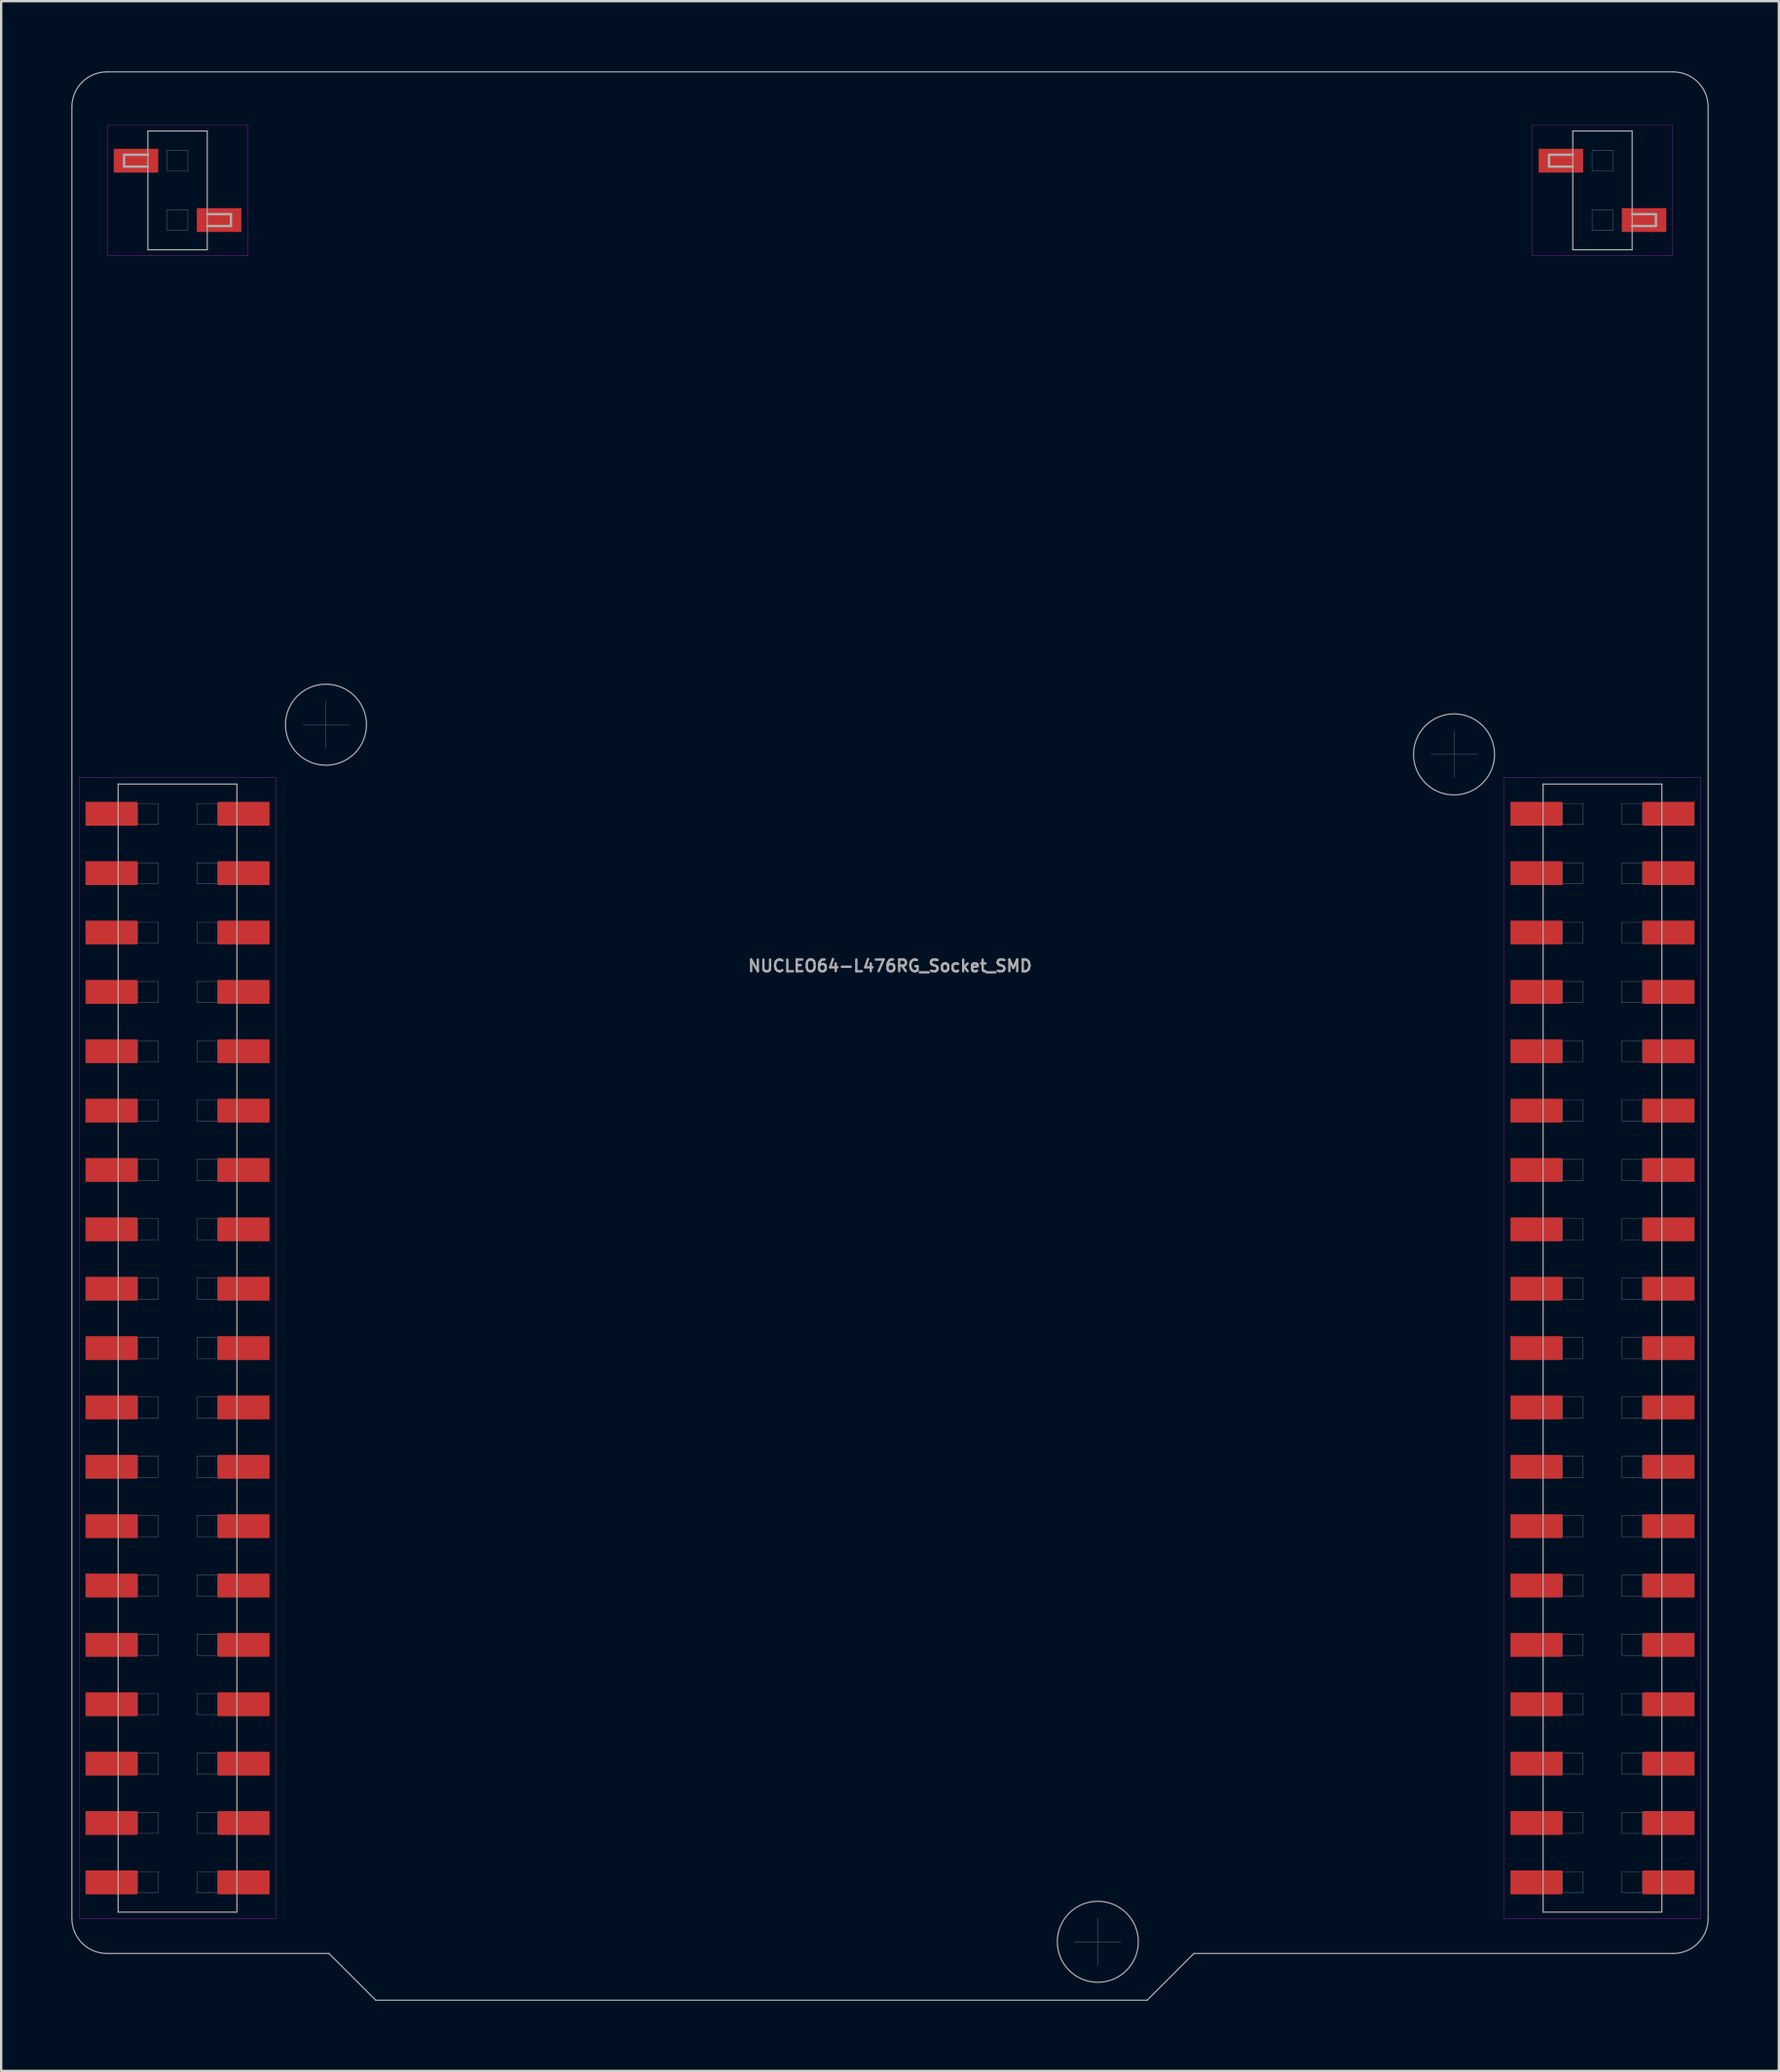
<source format=kicad_pcb>
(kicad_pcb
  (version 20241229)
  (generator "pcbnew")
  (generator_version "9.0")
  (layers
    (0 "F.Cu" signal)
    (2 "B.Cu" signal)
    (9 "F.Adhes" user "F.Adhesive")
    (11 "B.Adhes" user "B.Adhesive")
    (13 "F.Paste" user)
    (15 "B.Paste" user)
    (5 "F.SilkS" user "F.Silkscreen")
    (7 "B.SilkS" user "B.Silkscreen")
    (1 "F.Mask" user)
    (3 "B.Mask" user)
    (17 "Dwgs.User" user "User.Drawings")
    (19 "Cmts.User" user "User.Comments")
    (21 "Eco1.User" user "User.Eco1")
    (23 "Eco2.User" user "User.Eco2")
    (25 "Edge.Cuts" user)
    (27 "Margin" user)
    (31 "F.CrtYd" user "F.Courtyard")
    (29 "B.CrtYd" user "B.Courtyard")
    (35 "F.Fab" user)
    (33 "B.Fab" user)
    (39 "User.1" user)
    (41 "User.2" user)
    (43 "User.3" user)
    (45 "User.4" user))
  (footprint "NUCLEO64-L476RG_Socket_SMD"
    (layer "F.Cu")
    (at 35.025 41.275)
    (property "Reference" "NUCLEO64-L476RG_Socket_SMD" (at 0 -3 0) (layer "F.Fab") (effects (font (size 0.5 0.5) (thickness 0.1))))
    (attr through_hole)
    (fp_poly (pts (xy -32.145 -10.071) (xy -32.145 -8.949) (xy -34.467 -8.949) (xy -34.467 -10.071)) (stroke (width 0.01) (type solid)) (fill yes) (layer "F.Mask"))
    (fp_poly (pts (xy -32.145 -7.531) (xy -32.145 -6.409) (xy -34.467 -6.409) (xy -34.467 -7.531)) (stroke (width 0.01) (type solid)) (fill yes) (layer "F.Mask"))
    (fp_poly (pts (xy -32.145 -4.991) (xy -32.145 -3.869) (xy -34.467 -3.869) (xy -34.467 -4.991)) (stroke (width 0.01) (type solid)) (fill yes) (layer "F.Mask"))
    (fp_poly (pts (xy -32.145 -2.451) (xy -32.145 -1.329) (xy -34.467 -1.329) (xy -34.467 -2.451)) (stroke (width 0.01) (type solid)) (fill yes) (layer "F.Mask"))
    (fp_poly (pts (xy -32.145 0.089) (xy -32.145 1.211) (xy -34.467 1.211) (xy -34.467 0.089)) (stroke (width 0.01) (type solid)) (fill yes) (layer "F.Mask"))
    (fp_poly (pts (xy -32.145 2.629) (xy -32.145 3.751) (xy -34.467 3.751) (xy -34.467 2.629)) (stroke (width 0.01) (type solid)) (fill yes) (layer "F.Mask"))
    (fp_poly (pts (xy -32.145 5.169) (xy -32.145 6.291) (xy -34.467 6.291) (xy -34.467 5.169)) (stroke (width 0.01) (type solid)) (fill yes) (layer "F.Mask"))
    (fp_poly (pts (xy -32.145 7.709) (xy -32.145 8.831) (xy -34.467 8.831) (xy -34.467 7.709)) (stroke (width 0.01) (type solid)) (fill yes) (layer "F.Mask"))
    (fp_poly (pts (xy -32.145 10.249) (xy -32.145 11.371) (xy -34.467 11.371) (xy -34.467 10.249)) (stroke (width 0.01) (type solid)) (fill yes) (layer "F.Mask"))
    (fp_poly (pts (xy -32.145 12.789) (xy -32.145 13.911) (xy -34.467 13.911) (xy -34.467 12.789)) (stroke (width 0.01) (type solid)) (fill yes) (layer "F.Mask"))
    (fp_poly (pts (xy -32.145 15.329) (xy -32.145 16.451) (xy -34.467 16.451) (xy -34.467 15.329)) (stroke (width 0.01) (type solid)) (fill yes) (layer "F.Mask"))
    (fp_poly (pts (xy -32.145 17.869) (xy -32.145 18.991) (xy -34.467 18.991) (xy -34.467 17.869)) (stroke (width 0.01) (type solid)) (fill yes) (layer "F.Mask"))
    (fp_poly (pts (xy -32.145 20.409) (xy -32.145 21.531) (xy -34.467 21.531) (xy -34.467 20.409)) (stroke (width 0.01) (type solid)) (fill yes) (layer "F.Mask"))
    (fp_poly (pts (xy -32.145 22.949) (xy -32.145 24.071) (xy -34.467 24.071) (xy -34.467 22.949)) (stroke (width 0.01) (type solid)) (fill yes) (layer "F.Mask"))
    (fp_poly (pts (xy -32.145 25.489) (xy -32.145 26.611) (xy -34.467 26.611) (xy -34.467 25.489)) (stroke (width 0.01) (type solid)) (fill yes) (layer "F.Mask"))
    (fp_poly (pts (xy -32.145 28.029) (xy -32.145 29.151) (xy -34.467 29.151) (xy -34.467 28.029)) (stroke (width 0.01) (type solid)) (fill yes) (layer "F.Mask"))
    (fp_poly (pts (xy -32.145 30.569) (xy -32.145 31.691) (xy -34.467 31.691) (xy -34.467 30.569)) (stroke (width 0.01) (type solid)) (fill yes) (layer "F.Mask"))
    (fp_poly (pts (xy -32.145 33.109) (xy -32.145 34.231) (xy -34.467 34.231) (xy -34.467 33.109)) (stroke (width 0.01) (type solid)) (fill yes) (layer "F.Mask"))
    (fp_poly (pts (xy -32.145 35.649) (xy -32.145 36.771) (xy -34.467 36.771) (xy -34.467 35.649)) (stroke (width 0.01) (type solid)) (fill yes) (layer "F.Mask"))
    (fp_poly (pts (xy -31.255 -38.011) (xy -31.255 -36.889) (xy -33.262 -36.889) (xy -33.262 -38.011)) (stroke (width 0.01) (type solid)) (fill yes) (layer "F.Mask"))
    (fp_poly (pts (xy -27.699 -35.471) (xy -27.699 -34.349) (xy -29.706 -34.349) (xy -29.706 -35.471)) (stroke (width 0.01) (type solid)) (fill yes) (layer "F.Mask"))
    (fp_poly (pts (xy -26.493 -10.071) (xy -26.493 -8.949) (xy -28.815 -8.949) (xy -28.815 -10.071)) (stroke (width 0.01) (type solid)) (fill yes) (layer "F.Mask"))
    (fp_poly (pts (xy -26.493 -7.531) (xy -26.493 -6.409) (xy -28.815 -6.409) (xy -28.815 -7.531)) (stroke (width 0.01) (type solid)) (fill yes) (layer "F.Mask"))
    (fp_poly (pts (xy -26.493 -4.991) (xy -26.493 -3.869) (xy -28.815 -3.869) (xy -28.815 -4.991)) (stroke (width 0.01) (type solid)) (fill yes) (layer "F.Mask"))
    (fp_poly (pts (xy -26.493 -2.451) (xy -26.493 -1.329) (xy -28.815 -1.329) (xy -28.815 -2.451)) (stroke (width 0.01) (type solid)) (fill yes) (layer "F.Mask"))
    (fp_poly (pts (xy -26.493 0.089) (xy -26.493 1.211) (xy -28.815 1.211) (xy -28.815 0.089)) (stroke (width 0.01) (type solid)) (fill yes) (layer "F.Mask"))
    (fp_poly (pts (xy -26.493 2.629) (xy -26.493 3.751) (xy -28.815 3.751) (xy -28.815 2.629)) (stroke (width 0.01) (type solid)) (fill yes) (layer "F.Mask"))
    (fp_poly (pts (xy -26.493 5.169) (xy -26.493 6.291) (xy -28.815 6.291) (xy -28.815 5.169)) (stroke (width 0.01) (type solid)) (fill yes) (layer "F.Mask"))
    (fp_poly (pts (xy -26.493 7.709) (xy -26.493 8.831) (xy -28.815 8.831) (xy -28.815 7.709)) (stroke (width 0.01) (type solid)) (fill yes) (layer "F.Mask"))
    (fp_poly (pts (xy -26.493 10.249) (xy -26.493 11.371) (xy -28.815 11.371) (xy -28.815 10.249)) (stroke (width 0.01) (type solid)) (fill yes) (layer "F.Mask"))
    (fp_poly (pts (xy -26.493 12.789) (xy -26.493 13.911) (xy -28.815 13.911) (xy -28.815 12.789)) (stroke (width 0.01) (type solid)) (fill yes) (layer "F.Mask"))
    (fp_poly (pts (xy -26.493 15.329) (xy -26.493 16.451) (xy -28.815 16.451) (xy -28.815 15.329)) (stroke (width 0.01) (type solid)) (fill yes) (layer "F.Mask"))
    (fp_poly (pts (xy -26.493 17.869) (xy -26.493 18.991) (xy -28.815 18.991) (xy -28.815 17.869)) (stroke (width 0.01) (type solid)) (fill yes) (layer "F.Mask"))
    (fp_poly (pts (xy -26.493 20.409) (xy -26.493 21.531) (xy -28.815 21.531) (xy -28.815 20.409)) (stroke (width 0.01) (type solid)) (fill yes) (layer "F.Mask"))
    (fp_poly (pts (xy -26.493 22.949) (xy -26.493 24.071) (xy -28.815 24.071) (xy -28.815 22.949)) (stroke (width 0.01) (type solid)) (fill yes) (layer "F.Mask"))
    (fp_poly (pts (xy -26.493 25.489) (xy -26.493 26.611) (xy -28.815 26.611) (xy -28.815 25.489)) (stroke (width 0.01) (type solid)) (fill yes) (layer "F.Mask"))
    (fp_poly (pts (xy -26.493 28.029) (xy -26.493 29.151) (xy -28.815 29.151) (xy -28.815 28.029)) (stroke (width 0.01) (type solid)) (fill yes) (layer "F.Mask"))
    (fp_poly (pts (xy -26.493 30.569) (xy -26.493 31.691) (xy -28.815 31.691) (xy -28.815 30.569)) (stroke (width 0.01) (type solid)) (fill yes) (layer "F.Mask"))
    (fp_poly (pts (xy -26.493 33.109) (xy -26.493 34.231) (xy -28.815 34.231) (xy -28.815 33.109)) (stroke (width 0.01) (type solid)) (fill yes) (layer "F.Mask"))
    (fp_poly (pts (xy -26.493 35.649) (xy -26.493 36.771) (xy -28.815 36.771) (xy -28.815 35.649)) (stroke (width 0.01) (type solid)) (fill yes) (layer "F.Mask"))
    (fp_poly (pts (xy 28.815 -10.071) (xy 28.815 -8.949) (xy 26.493 -8.949) (xy 26.493 -10.071)) (stroke (width 0.01) (type solid)) (fill yes) (layer "F.Mask"))
    (fp_poly (pts (xy 28.815 -7.531) (xy 28.815 -6.409) (xy 26.493 -6.409) (xy 26.493 -7.531)) (stroke (width 0.01) (type solid)) (fill yes) (layer "F.Mask"))
    (fp_poly (pts (xy 28.815 -4.991) (xy 28.815 -3.869) (xy 26.493 -3.869) (xy 26.493 -4.991)) (stroke (width 0.01) (type solid)) (fill yes) (layer "F.Mask"))
    (fp_poly (pts (xy 28.815 -2.451) (xy 28.815 -1.329) (xy 26.493 -1.329) (xy 26.493 -2.451)) (stroke (width 0.01) (type solid)) (fill yes) (layer "F.Mask"))
    (fp_poly (pts (xy 28.815 0.089) (xy 28.815 1.211) (xy 26.493 1.211) (xy 26.493 0.089)) (stroke (width 0.01) (type solid)) (fill yes) (layer "F.Mask"))
    (fp_poly (pts (xy 28.815 2.629) (xy 28.815 3.751) (xy 26.493 3.751) (xy 26.493 2.629)) (stroke (width 0.01) (type solid)) (fill yes) (layer "F.Mask"))
    (fp_poly (pts (xy 28.815 5.169) (xy 28.815 6.291) (xy 26.493 6.291) (xy 26.493 5.169)) (stroke (width 0.01) (type solid)) (fill yes) (layer "F.Mask"))
    (fp_poly (pts (xy 28.815 7.709) (xy 28.815 8.831) (xy 26.493 8.831) (xy 26.493 7.709)) (stroke (width 0.01) (type solid)) (fill yes) (layer "F.Mask"))
    (fp_poly (pts (xy 28.815 10.249) (xy 28.815 11.371) (xy 26.493 11.371) (xy 26.493 10.249)) (stroke (width 0.01) (type solid)) (fill yes) (layer "F.Mask"))
    (fp_poly (pts (xy 28.815 12.789) (xy 28.815 13.911) (xy 26.493 13.911) (xy 26.493 12.789)) (stroke (width 0.01) (type solid)) (fill yes) (layer "F.Mask"))
    (fp_poly (pts (xy 28.815 15.329) (xy 28.815 16.451) (xy 26.493 16.451) (xy 26.493 15.329)) (stroke (width 0.01) (type solid)) (fill yes) (layer "F.Mask"))
    (fp_poly (pts (xy 28.815 17.869) (xy 28.815 18.991) (xy 26.493 18.991) (xy 26.493 17.869)) (stroke (width 0.01) (type solid)) (fill yes) (layer "F.Mask"))
    (fp_poly (pts (xy 28.815 20.409) (xy 28.815 21.531) (xy 26.493 21.531) (xy 26.493 20.409)) (stroke (width 0.01) (type solid)) (fill yes) (layer "F.Mask"))
    (fp_poly (pts (xy 28.815 22.949) (xy 28.815 24.071) (xy 26.493 24.071) (xy 26.493 22.949)) (stroke (width 0.01) (type solid)) (fill yes) (layer "F.Mask"))
    (fp_poly (pts (xy 28.815 25.489) (xy 28.815 26.611) (xy 26.493 26.611) (xy 26.493 25.489)) (stroke (width 0.01) (type solid)) (fill yes) (layer "F.Mask"))
    (fp_poly (pts (xy 28.815 28.029) (xy 28.815 29.151) (xy 26.493 29.151) (xy 26.493 28.029)) (stroke (width 0.01) (type solid)) (fill yes) (layer "F.Mask"))
    (fp_poly (pts (xy 28.815 30.569) (xy 28.815 31.691) (xy 26.493 31.691) (xy 26.493 30.569)) (stroke (width 0.01) (type solid)) (fill yes) (layer "F.Mask"))
    (fp_poly (pts (xy 28.815 33.109) (xy 28.815 34.231) (xy 26.493 34.231) (xy 26.493 33.109)) (stroke (width 0.01) (type solid)) (fill yes) (layer "F.Mask"))
    (fp_poly (pts (xy 28.815 35.649) (xy 28.815 36.771) (xy 26.493 36.771) (xy 26.493 35.649)) (stroke (width 0.01) (type solid)) (fill yes) (layer "F.Mask"))
    (fp_poly (pts (xy 29.705 -38.011) (xy 29.705 -36.889) (xy 27.698 -36.889) (xy 27.698 -38.011)) (stroke (width 0.01) (type solid)) (fill yes) (layer "F.Mask"))
    (fp_poly (pts (xy 33.261 -35.471) (xy 33.261 -34.349) (xy 31.254 -34.349) (xy 31.254 -35.471)) (stroke (width 0.01) (type solid)) (fill yes) (layer "F.Mask"))
    (fp_poly (pts (xy 34.467 -10.071) (xy 34.467 -8.949) (xy 32.145 -8.949) (xy 32.145 -10.071)) (stroke (width 0.01) (type solid)) (fill yes) (layer "F.Mask"))
    (fp_poly (pts (xy 34.467 -7.531) (xy 34.467 -6.409) (xy 32.145 -6.409) (xy 32.145 -7.531)) (stroke (width 0.01) (type solid)) (fill yes) (layer "F.Mask"))
    (fp_poly (pts (xy 34.467 -4.991) (xy 34.467 -3.869) (xy 32.145 -3.869) (xy 32.145 -4.991)) (stroke (width 0.01) (type solid)) (fill yes) (layer "F.Mask"))
    (fp_poly (pts (xy 34.467 -2.451) (xy 34.467 -1.329) (xy 32.145 -1.329) (xy 32.145 -2.451)) (stroke (width 0.01) (type solid)) (fill yes) (layer "F.Mask"))
    (fp_poly (pts (xy 34.467 0.089) (xy 34.467 1.211) (xy 32.145 1.211) (xy 32.145 0.089)) (stroke (width 0.01) (type solid)) (fill yes) (layer "F.Mask"))
    (fp_poly (pts (xy 34.467 2.629) (xy 34.467 3.751) (xy 32.145 3.751) (xy 32.145 2.629)) (stroke (width 0.01) (type solid)) (fill yes) (layer "F.Mask"))
    (fp_poly (pts (xy 34.467 5.169) (xy 34.467 6.291) (xy 32.145 6.291) (xy 32.145 5.169)) (stroke (width 0.01) (type solid)) (fill yes) (layer "F.Mask"))
    (fp_poly (pts (xy 34.467 7.709) (xy 34.467 8.831) (xy 32.145 8.831) (xy 32.145 7.709)) (stroke (width 0.01) (type solid)) (fill yes) (layer "F.Mask"))
    (fp_poly (pts (xy 34.467 10.249) (xy 34.467 11.371) (xy 32.145 11.371) (xy 32.145 10.249)) (stroke (width 0.01) (type solid)) (fill yes) (layer "F.Mask"))
    (fp_poly (pts (xy 34.467 12.789) (xy 34.467 13.911) (xy 32.145 13.911) (xy 32.145 12.789)) (stroke (width 0.01) (type solid)) (fill yes) (layer "F.Mask"))
    (fp_poly (pts (xy 34.467 15.329) (xy 34.467 16.451) (xy 32.145 16.451) (xy 32.145 15.329)) (stroke (width 0.01) (type solid)) (fill yes) (layer "F.Mask"))
    (fp_poly (pts (xy 34.467 17.869) (xy 34.467 18.991) (xy 32.145 18.991) (xy 32.145 17.869)) (stroke (width 0.01) (type solid)) (fill yes) (layer "F.Mask"))
    (fp_poly (pts (xy 34.467 20.409) (xy 34.467 21.531) (xy 32.145 21.531) (xy 32.145 20.409)) (stroke (width 0.01) (type solid)) (fill yes) (layer "F.Mask"))
    (fp_poly (pts (xy 34.467 22.949) (xy 34.467 24.071) (xy 32.145 24.071) (xy 32.145 22.949)) (stroke (width 0.01) (type solid)) (fill yes) (layer "F.Mask"))
    (fp_poly (pts (xy 34.467 25.489) (xy 34.467 26.611) (xy 32.145 26.611) (xy 32.145 25.489)) (stroke (width 0.01) (type solid)) (fill yes) (layer "F.Mask"))
    (fp_poly (pts (xy 34.467 28.029) (xy 34.467 29.151) (xy 32.145 29.151) (xy 32.145 28.029)) (stroke (width 0.01) (type solid)) (fill yes) (layer "F.Mask"))
    (fp_poly (pts (xy 34.467 30.569) (xy 34.467 31.691) (xy 32.145 31.691) (xy 32.145 30.569)) (stroke (width 0.01) (type solid)) (fill yes) (layer "F.Mask"))
    (fp_poly (pts (xy 34.467 33.109) (xy 34.467 34.231) (xy 32.145 34.231) (xy 32.145 33.109)) (stroke (width 0.01) (type solid)) (fill yes) (layer "F.Mask"))
    (fp_poly (pts (xy 34.467 35.649) (xy 34.467 36.771) (xy 32.145 36.771) (xy 32.145 35.649)) (stroke (width 0.01) (type solid)) (fill yes) (layer "F.Mask"))
    (fp_poly (pts (xy -32.196 -10.02) (xy -32.196 -9) (xy -34.416 -9) (xy -34.416 -10.02)) (stroke (width 0.01) (type solid)) (fill yes) (layer "F.Paste"))
    (fp_poly (pts (xy -32.196 -7.48) (xy -32.196 -6.46) (xy -34.416 -6.46) (xy -34.416 -7.48)) (stroke (width 0.01) (type solid)) (fill yes) (layer "F.Paste"))
    (fp_poly (pts (xy -32.196 -4.94) (xy -32.196 -3.92) (xy -34.416 -3.92) (xy -34.416 -4.94)) (stroke (width 0.01) (type solid)) (fill yes) (layer "F.Paste"))
    (fp_poly (pts (xy -32.196 -2.4) (xy -32.196 -1.38) (xy -34.416 -1.38) (xy -34.416 -2.4)) (stroke (width 0.01) (type solid)) (fill yes) (layer "F.Paste"))
    (fp_poly (pts (xy -32.196 0.14) (xy -32.196 1.16) (xy -34.416 1.16) (xy -34.416 0.14)) (stroke (width 0.01) (type solid)) (fill yes) (layer "F.Paste"))
    (fp_poly (pts (xy -32.196 2.68) (xy -32.196 3.7) (xy -34.416 3.7) (xy -34.416 2.68)) (stroke (width 0.01) (type solid)) (fill yes) (layer "F.Paste"))
    (fp_poly (pts (xy -32.196 5.22) (xy -32.196 6.24) (xy -34.416 6.24) (xy -34.416 5.22)) (stroke (width 0.01) (type solid)) (fill yes) (layer "F.Paste"))
    (fp_poly (pts (xy -32.196 7.76) (xy -32.196 8.78) (xy -34.416 8.78) (xy -34.416 7.76)) (stroke (width 0.01) (type solid)) (fill yes) (layer "F.Paste"))
    (fp_poly (pts (xy -32.196 10.3) (xy -32.196 11.32) (xy -34.416 11.32) (xy -34.416 10.3)) (stroke (width 0.01) (type solid)) (fill yes) (layer "F.Paste"))
    (fp_poly (pts (xy -32.196 12.84) (xy -32.196 13.86) (xy -34.416 13.86) (xy -34.416 12.84)) (stroke (width 0.01) (type solid)) (fill yes) (layer "F.Paste"))
    (fp_poly (pts (xy -32.196 15.38) (xy -32.196 16.4) (xy -34.416 16.4) (xy -34.416 15.38)) (stroke (width 0.01) (type solid)) (fill yes) (layer "F.Paste"))
    (fp_poly (pts (xy -32.196 17.92) (xy -32.196 18.94) (xy -34.416 18.94) (xy -34.416 17.92)) (stroke (width 0.01) (type solid)) (fill yes) (layer "F.Paste"))
    (fp_poly (pts (xy -32.196 20.46) (xy -32.196 21.48) (xy -34.416 21.48) (xy -34.416 20.46)) (stroke (width 0.01) (type solid)) (fill yes) (layer "F.Paste"))
    (fp_poly (pts (xy -32.196 23) (xy -32.196 24.02) (xy -34.416 24.02) (xy -34.416 23)) (stroke (width 0.01) (type solid)) (fill yes) (layer "F.Paste"))
    (fp_poly (pts (xy -32.196 25.54) (xy -32.196 26.56) (xy -34.416 26.56) (xy -34.416 25.54)) (stroke (width 0.01) (type solid)) (fill yes) (layer "F.Paste"))
    (fp_poly (pts (xy -32.196 28.08) (xy -32.196 29.1) (xy -34.416 29.1) (xy -34.416 28.08)) (stroke (width 0.01) (type solid)) (fill yes) (layer "F.Paste"))
    (fp_poly (pts (xy -32.196 30.62) (xy -32.196 31.64) (xy -34.416 31.64) (xy -34.416 30.62)) (stroke (width 0.01) (type solid)) (fill yes) (layer "F.Paste"))
    (fp_poly (pts (xy -32.196 33.16) (xy -32.196 34.18) (xy -34.416 34.18) (xy -34.416 33.16)) (stroke (width 0.01) (type solid)) (fill yes) (layer "F.Paste"))
    (fp_poly (pts (xy -32.196 35.7) (xy -32.196 36.72) (xy -34.416 36.72) (xy -34.416 35.7)) (stroke (width 0.01) (type solid)) (fill yes) (layer "F.Paste"))
    (fp_poly (pts (xy -31.306 -37.96) (xy -31.306 -36.94) (xy -33.211 -36.94) (xy -33.211 -37.96)) (stroke (width 0.01) (type solid)) (fill yes) (layer "F.Paste"))
    (fp_poly (pts (xy -27.75 -35.42) (xy -27.75 -34.4) (xy -29.655 -34.4) (xy -29.655 -35.42)) (stroke (width 0.01) (type solid)) (fill yes) (layer "F.Paste"))
    (fp_poly (pts (xy -26.544 -10.02) (xy -26.544 -9) (xy -28.764 -9) (xy -28.764 -10.02)) (stroke (width 0.01) (type solid)) (fill yes) (layer "F.Paste"))
    (fp_poly (pts (xy -26.544 -7.48) (xy -26.544 -6.46) (xy -28.764 -6.46) (xy -28.764 -7.48)) (stroke (width 0.01) (type solid)) (fill yes) (layer "F.Paste"))
    (fp_poly (pts (xy -26.544 -4.94) (xy -26.544 -3.92) (xy -28.764 -3.92) (xy -28.764 -4.94)) (stroke (width 0.01) (type solid)) (fill yes) (layer "F.Paste"))
    (fp_poly (pts (xy -26.544 -2.4) (xy -26.544 -1.38) (xy -28.764 -1.38) (xy -28.764 -2.4)) (stroke (width 0.01) (type solid)) (fill yes) (layer "F.Paste"))
    (fp_poly (pts (xy -26.544 0.14) (xy -26.544 1.16) (xy -28.764 1.16) (xy -28.764 0.14)) (stroke (width 0.01) (type solid)) (fill yes) (layer "F.Paste"))
    (fp_poly (pts (xy -26.544 2.68) (xy -26.544 3.7) (xy -28.764 3.7) (xy -28.764 2.68)) (stroke (width 0.01) (type solid)) (fill yes) (layer "F.Paste"))
    (fp_poly (pts (xy -26.544 5.22) (xy -26.544 6.24) (xy -28.764 6.24) (xy -28.764 5.22)) (stroke (width 0.01) (type solid)) (fill yes) (layer "F.Paste"))
    (fp_poly (pts (xy -26.544 7.76) (xy -26.544 8.78) (xy -28.764 8.78) (xy -28.764 7.76)) (stroke (width 0.01) (type solid)) (fill yes) (layer "F.Paste"))
    (fp_poly (pts (xy -26.544 10.3) (xy -26.544 11.32) (xy -28.764 11.32) (xy -28.764 10.3)) (stroke (width 0.01) (type solid)) (fill yes) (layer "F.Paste"))
    (fp_poly (pts (xy -26.544 12.84) (xy -26.544 13.86) (xy -28.764 13.86) (xy -28.764 12.84)) (stroke (width 0.01) (type solid)) (fill yes) (layer "F.Paste"))
    (fp_poly (pts (xy -26.544 15.38) (xy -26.544 16.4) (xy -28.764 16.4) (xy -28.764 15.38)) (stroke (width 0.01) (type solid)) (fill yes) (layer "F.Paste"))
    (fp_poly (pts (xy -26.544 17.92) (xy -26.544 18.94) (xy -28.764 18.94) (xy -28.764 17.92)) (stroke (width 0.01) (type solid)) (fill yes) (layer "F.Paste"))
    (fp_poly (pts (xy -26.544 20.46) (xy -26.544 21.48) (xy -28.764 21.48) (xy -28.764 20.46)) (stroke (width 0.01) (type solid)) (fill yes) (layer "F.Paste"))
    (fp_poly (pts (xy -26.544 23) (xy -26.544 24.02) (xy -28.764 24.02) (xy -28.764 23)) (stroke (width 0.01) (type solid)) (fill yes) (layer "F.Paste"))
    (fp_poly (pts (xy -26.544 25.54) (xy -26.544 26.56) (xy -28.764 26.56) (xy -28.764 25.54)) (stroke (width 0.01) (type solid)) (fill yes) (layer "F.Paste"))
    (fp_poly (pts (xy -26.544 28.08) (xy -26.544 29.1) (xy -28.764 29.1) (xy -28.764 28.08)) (stroke (width 0.01) (type solid)) (fill yes) (layer "F.Paste"))
    (fp_poly (pts (xy -26.544 30.62) (xy -26.544 31.64) (xy -28.764 31.64) (xy -28.764 30.62)) (stroke (width 0.01) (type solid)) (fill yes) (layer "F.Paste"))
    (fp_poly (pts (xy -26.544 33.16) (xy -26.544 34.18) (xy -28.764 34.18) (xy -28.764 33.16)) (stroke (width 0.01) (type solid)) (fill yes) (layer "F.Paste"))
    (fp_poly (pts (xy -26.544 35.7) (xy -26.544 36.72) (xy -28.764 36.72) (xy -28.764 35.7)) (stroke (width 0.01) (type solid)) (fill yes) (layer "F.Paste"))
    (fp_poly (pts (xy 28.764 -10.02) (xy 28.764 -9) (xy 26.544 -9) (xy 26.544 -10.02)) (stroke (width 0.01) (type solid)) (fill yes) (layer "F.Paste"))
    (fp_poly (pts (xy 28.764 -7.48) (xy 28.764 -6.46) (xy 26.544 -6.46) (xy 26.544 -7.48)) (stroke (width 0.01) (type solid)) (fill yes) (layer "F.Paste"))
    (fp_poly (pts (xy 28.764 -4.94) (xy 28.764 -3.92) (xy 26.544 -3.92) (xy 26.544 -4.94)) (stroke (width 0.01) (type solid)) (fill yes) (layer "F.Paste"))
    (fp_poly (pts (xy 28.764 -2.4) (xy 28.764 -1.38) (xy 26.544 -1.38) (xy 26.544 -2.4)) (stroke (width 0.01) (type solid)) (fill yes) (layer "F.Paste"))
    (fp_poly (pts (xy 28.764 0.14) (xy 28.764 1.16) (xy 26.544 1.16) (xy 26.544 0.14)) (stroke (width 0.01) (type solid)) (fill yes) (layer "F.Paste"))
    (fp_poly (pts (xy 28.764 2.68) (xy 28.764 3.7) (xy 26.544 3.7) (xy 26.544 2.68)) (stroke (width 0.01) (type solid)) (fill yes) (layer "F.Paste"))
    (fp_poly (pts (xy 28.764 5.22) (xy 28.764 6.24) (xy 26.544 6.24) (xy 26.544 5.22)) (stroke (width 0.01) (type solid)) (fill yes) (layer "F.Paste"))
    (fp_poly (pts (xy 28.764 7.76) (xy 28.764 8.78) (xy 26.544 8.78) (xy 26.544 7.76)) (stroke (width 0.01) (type solid)) (fill yes) (layer "F.Paste"))
    (fp_poly (pts (xy 28.764 10.3) (xy 28.764 11.32) (xy 26.544 11.32) (xy 26.544 10.3)) (stroke (width 0.01) (type solid)) (fill yes) (layer "F.Paste"))
    (fp_poly (pts (xy 28.764 12.84) (xy 28.764 13.86) (xy 26.544 13.86) (xy 26.544 12.84)) (stroke (width 0.01) (type solid)) (fill yes) (layer "F.Paste"))
    (fp_poly (pts (xy 28.764 15.38) (xy 28.764 16.4) (xy 26.544 16.4) (xy 26.544 15.38)) (stroke (width 0.01) (type solid)) (fill yes) (layer "F.Paste"))
    (fp_poly (pts (xy 28.764 17.92) (xy 28.764 18.94) (xy 26.544 18.94) (xy 26.544 17.92)) (stroke (width 0.01) (type solid)) (fill yes) (layer "F.Paste"))
    (fp_poly (pts (xy 28.764 20.46) (xy 28.764 21.48) (xy 26.544 21.48) (xy 26.544 20.46)) (stroke (width 0.01) (type solid)) (fill yes) (layer "F.Paste"))
    (fp_poly (pts (xy 28.764 23) (xy 28.764 24.02) (xy 26.544 24.02) (xy 26.544 23)) (stroke (width 0.01) (type solid)) (fill yes) (layer "F.Paste"))
    (fp_poly (pts (xy 28.764 25.54) (xy 28.764 26.56) (xy 26.544 26.56) (xy 26.544 25.54)) (stroke (width 0.01) (type solid)) (fill yes) (layer "F.Paste"))
    (fp_poly (pts (xy 28.764 28.08) (xy 28.764 29.1) (xy 26.544 29.1) (xy 26.544 28.08)) (stroke (width 0.01) (type solid)) (fill yes) (layer "F.Paste"))
    (fp_poly (pts (xy 28.764 30.62) (xy 28.764 31.64) (xy 26.544 31.64) (xy 26.544 30.62)) (stroke (width 0.01) (type solid)) (fill yes) (layer "F.Paste"))
    (fp_poly (pts (xy 28.764 33.16) (xy 28.764 34.18) (xy 26.544 34.18) (xy 26.544 33.16)) (stroke (width 0.01) (type solid)) (fill yes) (layer "F.Paste"))
    (fp_poly (pts (xy 28.764 35.7) (xy 28.764 36.72) (xy 26.544 36.72) (xy 26.544 35.7)) (stroke (width 0.01) (type solid)) (fill yes) (layer "F.Paste"))
    (fp_poly (pts (xy 29.654 -37.96) (xy 29.654 -36.94) (xy 27.749 -36.94) (xy 27.749 -37.96)) (stroke (width 0.01) (type solid)) (fill yes) (layer "F.Paste"))
    (fp_poly (pts (xy 33.21 -35.42) (xy 33.21 -34.4) (xy 31.305 -34.4) (xy 31.305 -35.42)) (stroke (width 0.01) (type solid)) (fill yes) (layer "F.Paste"))
    (fp_poly (pts (xy 34.416 -10.02) (xy 34.416 -9) (xy 32.196 -9) (xy 32.196 -10.02)) (stroke (width 0.01) (type solid)) (fill yes) (layer "F.Paste"))
    (fp_poly (pts (xy 34.416 -7.48) (xy 34.416 -6.46) (xy 32.196 -6.46) (xy 32.196 -7.48)) (stroke (width 0.01) (type solid)) (fill yes) (layer "F.Paste"))
    (fp_poly (pts (xy 34.416 -4.94) (xy 34.416 -3.92) (xy 32.196 -3.92) (xy 32.196 -4.94)) (stroke (width 0.01) (type solid)) (fill yes) (layer "F.Paste"))
    (fp_poly (pts (xy 34.416 -2.4) (xy 34.416 -1.38) (xy 32.196 -1.38) (xy 32.196 -2.4)) (stroke (width 0.01) (type solid)) (fill yes) (layer "F.Paste"))
    (fp_poly (pts (xy 34.416 0.14) (xy 34.416 1.16) (xy 32.196 1.16) (xy 32.196 0.14)) (stroke (width 0.01) (type solid)) (fill yes) (layer "F.Paste"))
    (fp_poly (pts (xy 34.416 2.68) (xy 34.416 3.7) (xy 32.196 3.7) (xy 32.196 2.68)) (stroke (width 0.01) (type solid)) (fill yes) (layer "F.Paste"))
    (fp_poly (pts (xy 34.416 5.22) (xy 34.416 6.24) (xy 32.196 6.24) (xy 32.196 5.22)) (stroke (width 0.01) (type solid)) (fill yes) (layer "F.Paste"))
    (fp_poly (pts (xy 34.416 7.76) (xy 34.416 8.78) (xy 32.196 8.78) (xy 32.196 7.76)) (stroke (width 0.01) (type solid)) (fill yes) (layer "F.Paste"))
    (fp_poly (pts (xy 34.416 10.3) (xy 34.416 11.32) (xy 32.196 11.32) (xy 32.196 10.3)) (stroke (width 0.01) (type solid)) (fill yes) (layer "F.Paste"))
    (fp_poly (pts (xy 34.416 12.84) (xy 34.416 13.86) (xy 32.196 13.86) (xy 32.196 12.84)) (stroke (width 0.01) (type solid)) (fill yes) (layer "F.Paste"))
    (fp_poly (pts (xy 34.416 15.38) (xy 34.416 16.4) (xy 32.196 16.4) (xy 32.196 15.38)) (stroke (width 0.01) (type solid)) (fill yes) (layer "F.Paste"))
    (fp_poly (pts (xy 34.416 17.92) (xy 34.416 18.94) (xy 32.196 18.94) (xy 32.196 17.92)) (stroke (width 0.01) (type solid)) (fill yes) (layer "F.Paste"))
    (fp_poly (pts (xy 34.416 20.46) (xy 34.416 21.48) (xy 32.196 21.48) (xy 32.196 20.46)) (stroke (width 0.01) (type solid)) (fill yes) (layer "F.Paste"))
    (fp_poly (pts (xy 34.416 23) (xy 34.416 24.02) (xy 32.196 24.02) (xy 32.196 23)) (stroke (width 0.01) (type solid)) (fill yes) (layer "F.Paste"))
    (fp_poly (pts (xy 34.416 25.54) (xy 34.416 26.56) (xy 32.196 26.56) (xy 32.196 25.54)) (stroke (width 0.01) (type solid)) (fill yes) (layer "F.Paste"))
    (fp_poly (pts (xy 34.416 28.08) (xy 34.416 29.1) (xy 32.196 29.1) (xy 32.196 28.08)) (stroke (width 0.01) (type solid)) (fill yes) (layer "F.Paste"))
    (fp_poly (pts (xy 34.416 30.62) (xy 34.416 31.64) (xy 32.196 31.64) (xy 32.196 30.62)) (stroke (width 0.01) (type solid)) (fill yes) (layer "F.Paste"))
    (fp_poly (pts (xy 34.416 33.16) (xy 34.416 34.18) (xy 32.196 34.18) (xy 32.196 33.16)) (stroke (width 0.01) (type solid)) (fill yes) (layer "F.Paste"))
    (fp_poly (pts (xy 34.416 35.7) (xy 34.416 36.72) (xy 32.196 36.72) (xy 32.196 35.7)) (stroke (width 0.01) (type solid)) (fill yes) (layer "F.Paste"))
    (fp_line (start -33 -37.45) (end 33 -37.45) (stroke (width 0.01) (type solid)) (layer "Eco1.User"))
    (fp_line (start -33 -34.91) (end 33 -34.91) (stroke (width 0.01) (type solid)) (layer "Eco1.User"))
    (fp_line (start -33 36.21) (end 33 36.21) (stroke (width 0.01) (type solid)) (layer "Eco1.User"))
    (fp_line (start -31.75 -10.5) (end -31.75 37) (stroke (width 0.01) (type solid)) (layer "Eco1.User"))
    (fp_line (start -29.21 -10.5) (end -29.21 37) (stroke (width 0.01) (type solid)) (layer "Eco1.User"))
    (fp_line (start 29.21 -10.5) (end 29.21 37) (stroke (width 0.01) (type solid)) (layer "Eco1.User"))
    (fp_line (start 31.75 -10.5) (end 31.75 37) (stroke (width 0.01) (type solid)) (layer "Eco1.User"))
    (fp_line (start -33 -36.18) (end 33 -36.18) (stroke (width 0.01) (type solid)) (layer "Eco2.User"))
    (fp_line (start -30.48 -38.5) (end -30.48 37) (stroke (width 0.01) (type solid)) (layer "Eco2.User"))
    (fp_line (start 30.48 -38.5) (end 30.48 37) (stroke (width 0.01) (type solid)) (layer "Eco2.User"))
    (fp_line (start -34.68 -11.05) (end -34.68 37.75) (stroke (width 0.01) (type solid)) (layer "F.CrtYd"))
    (fp_line (start -34.68 37.75) (end -26.28 37.75) (stroke (width 0.01) (type solid)) (layer "F.CrtYd"))
    (fp_line (start -33.48 -38.98) (end -33.48 -33.38) (stroke (width 0.01) (type solid)) (layer "F.CrtYd"))
    (fp_line (start -33.48 -33.38) (end -27.48 -33.38) (stroke (width 0.01) (type solid)) (layer "F.CrtYd"))
    (fp_line (start -27.48 -38.98) (end -33.48 -38.98) (stroke (width 0.01) (type solid)) (layer "F.CrtYd"))
    (fp_line (start -27.48 -33.38) (end -27.48 -38.98) (stroke (width 0.01) (type solid)) (layer "F.CrtYd"))
    (fp_line (start -26.28 -11.05) (end -34.68 -11.05) (stroke (width 0.01) (type solid)) (layer "F.CrtYd"))
    (fp_line (start -26.28 37.75) (end -26.28 -11.05) (stroke (width 0.01) (type solid)) (layer "F.CrtYd"))
    (fp_line (start 26.28 -11.05) (end 26.28 37.75) (stroke (width 0.01) (type solid)) (layer "F.CrtYd"))
    (fp_line (start 26.28 37.75) (end 34.68 37.75) (stroke (width 0.01) (type solid)) (layer "F.CrtYd"))
    (fp_line (start 27.48 -38.98) (end 27.48 -33.38) (stroke (width 0.01) (type solid)) (layer "F.CrtYd"))
    (fp_line (start 27.48 -33.38) (end 33.48 -33.38) (stroke (width 0.01) (type solid)) (layer "F.CrtYd"))
    (fp_line (start 33.48 -38.98) (end 27.48 -38.98) (stroke (width 0.01) (type solid)) (layer "F.CrtYd"))
    (fp_line (start 33.48 -33.38) (end 33.48 -38.98) (stroke (width 0.01) (type solid)) (layer "F.CrtYd"))
    (fp_line (start 34.68 -11.05) (end 26.28 -11.05) (stroke (width 0.01) (type solid)) (layer "F.CrtYd"))
    (fp_line (start 34.68 37.75) (end 34.68 -11.05) (stroke (width 0.01) (type solid)) (layer "F.CrtYd"))
    (fp_line (start -35 37.75) (end -35 -39.75) (stroke (width 0.05) (type solid)) (layer "F.Fab"))
    (fp_line (start -33.5 -41.25) (end 33.5 -41.25) (stroke (width 0.05) (type solid)) (layer "F.Fab"))
    (fp_line (start -33.02 -10.78) (end -33.02 37.48) (stroke (width 0.05) (type solid)) (layer "F.Fab"))
    (fp_line (start -33.02 37.48) (end -27.94 37.48) (stroke (width 0.05) (type solid)) (layer "F.Fab"))
    (fp_line (start -32.766 -37.704) (end -32.766 -37.196) (stroke (width 0.1) (type solid)) (layer "F.Fab"))
    (fp_line (start -32.766 -37.196) (end -31.75 -37.196) (stroke (width 0.1) (type solid)) (layer "F.Fab"))
    (fp_line (start -32.194 -9.954) (end -32.194 -9.066) (stroke (width 0.01) (type solid)) (layer "F.Fab"))
    (fp_line (start -32.194 -9.066) (end -31.306 -9.066) (stroke (width 0.01) (type solid)) (layer "F.Fab"))
    (fp_line (start -32.194 -7.414) (end -32.194 -6.526) (stroke (width 0.01) (type solid)) (layer "F.Fab"))
    (fp_line (start -32.194 -6.526) (end -31.306 -6.526) (stroke (width 0.01) (type solid)) (layer "F.Fab"))
    (fp_line (start -32.194 -4.874) (end -32.194 -3.986) (stroke (width 0.01) (type solid)) (layer "F.Fab"))
    (fp_line (start -32.194 -3.986) (end -31.306 -3.986) (stroke (width 0.01) (type solid)) (layer "F.Fab"))
    (fp_line (start -32.194 -2.334) (end -32.194 -1.446) (stroke (width 0.01) (type solid)) (layer "F.Fab"))
    (fp_line (start -32.194 -1.446) (end -31.306 -1.446) (stroke (width 0.01) (type solid)) (layer "F.Fab"))
    (fp_line (start -32.194 0.206) (end -32.194 1.094) (stroke (width 0.01) (type solid)) (layer "F.Fab"))
    (fp_line (start -32.194 1.094) (end -31.306 1.094) (stroke (width 0.01) (type solid)) (layer "F.Fab"))
    (fp_line (start -32.194 2.746) (end -32.194 3.634) (stroke (width 0.01) (type solid)) (layer "F.Fab"))
    (fp_line (start -32.194 3.634) (end -31.306 3.634) (stroke (width 0.01) (type solid)) (layer "F.Fab"))
    (fp_line (start -32.194 5.286) (end -32.194 6.174) (stroke (width 0.01) (type solid)) (layer "F.Fab"))
    (fp_line (start -32.194 6.174) (end -31.306 6.174) (stroke (width 0.01) (type solid)) (layer "F.Fab"))
    (fp_line (start -32.194 7.826) (end -32.194 8.714) (stroke (width 0.01) (type solid)) (layer "F.Fab"))
    (fp_line (start -32.194 8.714) (end -31.306 8.714) (stroke (width 0.01) (type solid)) (layer "F.Fab"))
    (fp_line (start -32.194 10.366) (end -32.194 11.254) (stroke (width 0.01) (type solid)) (layer "F.Fab"))
    (fp_line (start -32.194 11.254) (end -31.306 11.254) (stroke (width 0.01) (type solid)) (layer "F.Fab"))
    (fp_line (start -32.194 12.906) (end -32.194 13.794) (stroke (width 0.01) (type solid)) (layer "F.Fab"))
    (fp_line (start -32.194 13.794) (end -31.306 13.794) (stroke (width 0.01) (type solid)) (layer "F.Fab"))
    (fp_line (start -32.194 15.446) (end -32.194 16.334) (stroke (width 0.01) (type solid)) (layer "F.Fab"))
    (fp_line (start -32.194 16.334) (end -31.306 16.334) (stroke (width 0.01) (type solid)) (layer "F.Fab"))
    (fp_line (start -32.194 17.986) (end -32.194 18.874) (stroke (width 0.01) (type solid)) (layer "F.Fab"))
    (fp_line (start -32.194 18.874) (end -31.306 18.874) (stroke (width 0.01) (type solid)) (layer "F.Fab"))
    (fp_line (start -32.194 20.526) (end -32.194 21.414) (stroke (width 0.01) (type solid)) (layer "F.Fab"))
    (fp_line (start -32.194 21.414) (end -31.306 21.414) (stroke (width 0.01) (type solid)) (layer "F.Fab"))
    (fp_line (start -32.194 23.066) (end -32.194 23.954) (stroke (width 0.01) (type solid)) (layer "F.Fab"))
    (fp_line (start -32.194 23.954) (end -31.306 23.954) (stroke (width 0.01) (type solid)) (layer "F.Fab"))
    (fp_line (start -32.194 25.606) (end -32.194 26.494) (stroke (width 0.01) (type solid)) (layer "F.Fab"))
    (fp_line (start -32.194 26.494) (end -31.306 26.494) (stroke (width 0.01) (type solid)) (layer "F.Fab"))
    (fp_line (start -32.194 28.146) (end -32.194 29.034) (stroke (width 0.01) (type solid)) (layer "F.Fab"))
    (fp_line (start -32.194 29.034) (end -31.306 29.034) (stroke (width 0.01) (type solid)) (layer "F.Fab"))
    (fp_line (start -32.194 30.686) (end -32.194 31.574) (stroke (width 0.01) (type solid)) (layer "F.Fab"))
    (fp_line (start -32.194 31.574) (end -31.306 31.574) (stroke (width 0.01) (type solid)) (layer "F.Fab"))
    (fp_line (start -32.194 33.226) (end -32.194 34.114) (stroke (width 0.01) (type solid)) (layer "F.Fab"))
    (fp_line (start -32.194 34.114) (end -31.306 34.114) (stroke (width 0.01) (type solid)) (layer "F.Fab"))
    (fp_line (start -32.194 35.766) (end -32.194 36.654) (stroke (width 0.01) (type solid)) (layer "F.Fab"))
    (fp_line (start -32.194 36.654) (end -31.306 36.654) (stroke (width 0.01) (type solid)) (layer "F.Fab"))
    (fp_line (start -31.75 -38.72) (end -29.21 -38.72) (stroke (width 0.05) (type solid)) (layer "F.Fab"))
    (fp_line (start -31.75 -37.704) (end -32.766 -37.704) (stroke (width 0.1) (type solid)) (layer "F.Fab"))
    (fp_line (start -31.75 -33.64) (end -31.75 -38.72) (stroke (width 0.05) (type solid)) (layer "F.Fab"))
    (fp_line (start -31.306 -9.954) (end -32.194 -9.954) (stroke (width 0.01) (type solid)) (layer "F.Fab"))
    (fp_line (start -31.306 -9.066) (end -31.306 -9.954) (stroke (width 0.01) (type solid)) (layer "F.Fab"))
    (fp_line (start -31.306 -7.414) (end -32.194 -7.414) (stroke (width 0.01) (type solid)) (layer "F.Fab"))
    (fp_line (start -31.306 -6.526) (end -31.306 -7.414) (stroke (width 0.01) (type solid)) (layer "F.Fab"))
    (fp_line (start -31.306 -4.874) (end -32.194 -4.874) (stroke (width 0.01) (type solid)) (layer "F.Fab"))
    (fp_line (start -31.306 -3.986) (end -31.306 -4.874) (stroke (width 0.01) (type solid)) (layer "F.Fab"))
    (fp_line (start -31.306 -2.334) (end -32.194 -2.334) (stroke (width 0.01) (type solid)) (layer "F.Fab"))
    (fp_line (start -31.306 -1.446) (end -31.306 -2.334) (stroke (width 0.01) (type solid)) (layer "F.Fab"))
    (fp_line (start -31.306 0.206) (end -32.194 0.206) (stroke (width 0.01) (type solid)) (layer "F.Fab"))
    (fp_line (start -31.306 1.094) (end -31.306 0.206) (stroke (width 0.01) (type solid)) (layer "F.Fab"))
    (fp_line (start -31.306 2.746) (end -32.194 2.746) (stroke (width 0.01) (type solid)) (layer "F.Fab"))
    (fp_line (start -31.306 3.634) (end -31.306 2.746) (stroke (width 0.01) (type solid)) (layer "F.Fab"))
    (fp_line (start -31.306 5.286) (end -32.194 5.286) (stroke (width 0.01) (type solid)) (layer "F.Fab"))
    (fp_line (start -31.306 6.174) (end -31.306 5.286) (stroke (width 0.01) (type solid)) (layer "F.Fab"))
    (fp_line (start -31.306 7.826) (end -32.194 7.826) (stroke (width 0.01) (type solid)) (layer "F.Fab"))
    (fp_line (start -31.306 8.714) (end -31.306 7.826) (stroke (width 0.01) (type solid)) (layer "F.Fab"))
    (fp_line (start -31.306 10.366) (end -32.194 10.366) (stroke (width 0.01) (type solid)) (layer "F.Fab"))
    (fp_line (start -31.306 11.254) (end -31.306 10.366) (stroke (width 0.01) (type solid)) (layer "F.Fab"))
    (fp_line (start -31.306 12.906) (end -32.194 12.906) (stroke (width 0.01) (type solid)) (layer "F.Fab"))
    (fp_line (start -31.306 13.794) (end -31.306 12.906) (stroke (width 0.01) (type solid)) (layer "F.Fab"))
    (fp_line (start -31.306 15.446) (end -32.194 15.446) (stroke (width 0.01) (type solid)) (layer "F.Fab"))
    (fp_line (start -31.306 16.334) (end -31.306 15.446) (stroke (width 0.01) (type solid)) (layer "F.Fab"))
    (fp_line (start -31.306 17.986) (end -32.194 17.986) (stroke (width 0.01) (type solid)) (layer "F.Fab"))
    (fp_line (start -31.306 18.874) (end -31.306 17.986) (stroke (width 0.01) (type solid)) (layer "F.Fab"))
    (fp_line (start -31.306 20.526) (end -32.194 20.526) (stroke (width 0.01) (type solid)) (layer "F.Fab"))
    (fp_line (start -31.306 21.414) (end -31.306 20.526) (stroke (width 0.01) (type solid)) (layer "F.Fab"))
    (fp_line (start -31.306 23.066) (end -32.194 23.066) (stroke (width 0.01) (type solid)) (layer "F.Fab"))
    (fp_line (start -31.306 23.954) (end -31.306 23.066) (stroke (width 0.01) (type solid)) (layer "F.Fab"))
    (fp_line (start -31.306 25.606) (end -32.194 25.606) (stroke (width 0.01) (type solid)) (layer "F.Fab"))
    (fp_line (start -31.306 26.494) (end -31.306 25.606) (stroke (width 0.01) (type solid)) (layer "F.Fab"))
    (fp_line (start -31.306 28.146) (end -32.194 28.146) (stroke (width 0.01) (type solid)) (layer "F.Fab"))
    (fp_line (start -31.306 29.034) (end -31.306 28.146) (stroke (width 0.01) (type solid)) (layer "F.Fab"))
    (fp_line (start -31.306 30.686) (end -32.194 30.686) (stroke (width 0.01) (type solid)) (layer "F.Fab"))
    (fp_line (start -31.306 31.574) (end -31.306 30.686) (stroke (width 0.01) (type solid)) (layer "F.Fab"))
    (fp_line (start -31.306 33.226) (end -32.194 33.226) (stroke (width 0.01) (type solid)) (layer "F.Fab"))
    (fp_line (start -31.306 34.114) (end -31.306 33.226) (stroke (width 0.01) (type solid)) (layer "F.Fab"))
    (fp_line (start -31.306 35.766) (end -32.194 35.766) (stroke (width 0.01) (type solid)) (layer "F.Fab"))
    (fp_line (start -31.306 36.654) (end -31.306 35.766) (stroke (width 0.01) (type solid)) (layer "F.Fab"))
    (fp_line (start -30.924 -37.894) (end -30.924 -37.006) (stroke (width 0.01) (type solid)) (layer "F.Fab"))
    (fp_line (start -30.924 -37.006) (end -30.036 -37.006) (stroke (width 0.01) (type solid)) (layer "F.Fab"))
    (fp_line (start -30.924 -35.354) (end -30.924 -34.466) (stroke (width 0.01) (type solid)) (layer "F.Fab"))
    (fp_line (start -30.924 -34.466) (end -30.036 -34.466) (stroke (width 0.01) (type solid)) (layer "F.Fab"))
    (fp_line (start -30.036 -37.894) (end -30.924 -37.894) (stroke (width 0.01) (type solid)) (layer "F.Fab"))
    (fp_line (start -30.036 -37.006) (end -30.036 -37.894) (stroke (width 0.01) (type solid)) (layer "F.Fab"))
    (fp_line (start -30.036 -35.354) (end -30.924 -35.354) (stroke (width 0.01) (type solid)) (layer "F.Fab"))
    (fp_line (start -30.036 -34.466) (end -30.036 -35.354) (stroke (width 0.01) (type solid)) (layer "F.Fab"))
    (fp_line (start -29.654 -9.954) (end -29.654 -9.066) (stroke (width 0.01) (type solid)) (layer "F.Fab"))
    (fp_line (start -29.654 -9.066) (end -28.766 -9.066) (stroke (width 0.01) (type solid)) (layer "F.Fab"))
    (fp_line (start -29.654 -7.414) (end -29.654 -6.526) (stroke (width 0.01) (type solid)) (layer "F.Fab"))
    (fp_line (start -29.654 -6.526) (end -28.766 -6.526) (stroke (width 0.01) (type solid)) (layer "F.Fab"))
    (fp_line (start -29.654 -4.874) (end -29.654 -3.986) (stroke (width 0.01) (type solid)) (layer "F.Fab"))
    (fp_line (start -29.654 -3.986) (end -28.766 -3.986) (stroke (width 0.01) (type solid)) (layer "F.Fab"))
    (fp_line (start -29.654 -2.334) (end -29.654 -1.446) (stroke (width 0.01) (type solid)) (layer "F.Fab"))
    (fp_line (start -29.654 -1.446) (end -28.766 -1.446) (stroke (width 0.01) (type solid)) (layer "F.Fab"))
    (fp_line (start -29.654 0.206) (end -29.654 1.094) (stroke (width 0.01) (type solid)) (layer "F.Fab"))
    (fp_line (start -29.654 1.094) (end -28.766 1.094) (stroke (width 0.01) (type solid)) (layer "F.Fab"))
    (fp_line (start -29.654 2.746) (end -29.654 3.634) (stroke (width 0.01) (type solid)) (layer "F.Fab"))
    (fp_line (start -29.654 3.634) (end -28.766 3.634) (stroke (width 0.01) (type solid)) (layer "F.Fab"))
    (fp_line (start -29.654 5.286) (end -29.654 6.174) (stroke (width 0.01) (type solid)) (layer "F.Fab"))
    (fp_line (start -29.654 6.174) (end -28.766 6.174) (stroke (width 0.01) (type solid)) (layer "F.Fab"))
    (fp_line (start -29.654 7.826) (end -29.654 8.714) (stroke (width 0.01) (type solid)) (layer "F.Fab"))
    (fp_line (start -29.654 8.714) (end -28.766 8.714) (stroke (width 0.01) (type solid)) (layer "F.Fab"))
    (fp_line (start -29.654 10.366) (end -29.654 11.254) (stroke (width 0.01) (type solid)) (layer "F.Fab"))
    (fp_line (start -29.654 11.254) (end -28.766 11.254) (stroke (width 0.01) (type solid)) (layer "F.Fab"))
    (fp_line (start -29.654 12.906) (end -29.654 13.794) (stroke (width 0.01) (type solid)) (layer "F.Fab"))
    (fp_line (start -29.654 13.794) (end -28.766 13.794) (stroke (width 0.01) (type solid)) (layer "F.Fab"))
    (fp_line (start -29.654 15.446) (end -29.654 16.334) (stroke (width 0.01) (type solid)) (layer "F.Fab"))
    (fp_line (start -29.654 16.334) (end -28.766 16.334) (stroke (width 0.01) (type solid)) (layer "F.Fab"))
    (fp_line (start -29.654 17.986) (end -29.654 18.874) (stroke (width 0.01) (type solid)) (layer "F.Fab"))
    (fp_line (start -29.654 18.874) (end -28.766 18.874) (stroke (width 0.01) (type solid)) (layer "F.Fab"))
    (fp_line (start -29.654 20.526) (end -29.654 21.414) (stroke (width 0.01) (type solid)) (layer "F.Fab"))
    (fp_line (start -29.654 21.414) (end -28.766 21.414) (stroke (width 0.01) (type solid)) (layer "F.Fab"))
    (fp_line (start -29.654 23.066) (end -29.654 23.954) (stroke (width 0.01) (type solid)) (layer "F.Fab"))
    (fp_line (start -29.654 23.954) (end -28.766 23.954) (stroke (width 0.01) (type solid)) (layer "F.Fab"))
    (fp_line (start -29.654 25.606) (end -29.654 26.494) (stroke (width 0.01) (type solid)) (layer "F.Fab"))
    (fp_line (start -29.654 26.494) (end -28.766 26.494) (stroke (width 0.01) (type solid)) (layer "F.Fab"))
    (fp_line (start -29.654 28.146) (end -29.654 29.034) (stroke (width 0.01) (type solid)) (layer "F.Fab"))
    (fp_line (start -29.654 29.034) (end -28.766 29.034) (stroke (width 0.01) (type solid)) (layer "F.Fab"))
    (fp_line (start -29.654 30.686) (end -29.654 31.574) (stroke (width 0.01) (type solid)) (layer "F.Fab"))
    (fp_line (start -29.654 31.574) (end -28.766 31.574) (stroke (width 0.01) (type solid)) (layer "F.Fab"))
    (fp_line (start -29.654 33.226) (end -29.654 34.114) (stroke (width 0.01) (type solid)) (layer "F.Fab"))
    (fp_line (start -29.654 34.114) (end -28.766 34.114) (stroke (width 0.01) (type solid)) (layer "F.Fab"))
    (fp_line (start -29.654 35.766) (end -29.654 36.654) (stroke (width 0.01) (type solid)) (layer "F.Fab"))
    (fp_line (start -29.654 36.654) (end -28.766 36.654) (stroke (width 0.01) (type solid)) (layer "F.Fab"))
    (fp_line (start -29.21 -38.72) (end -29.21 -33.64) (stroke (width 0.05) (type solid)) (layer "F.Fab"))
    (fp_line (start -29.21 -34.656) (end -28.194 -34.656) (stroke (width 0.1) (type solid)) (layer "F.Fab"))
    (fp_line (start -29.21 -33.64) (end -31.75 -33.64) (stroke (width 0.05) (type solid)) (layer "F.Fab"))
    (fp_line (start -28.766 -9.954) (end -29.654 -9.954) (stroke (width 0.01) (type solid)) (layer "F.Fab"))
    (fp_line (start -28.766 -9.066) (end -28.766 -9.954) (stroke (width 0.01) (type solid)) (layer "F.Fab"))
    (fp_line (start -28.766 -7.414) (end -29.654 -7.414) (stroke (width 0.01) (type solid)) (layer "F.Fab"))
    (fp_line (start -28.766 -6.526) (end -28.766 -7.414) (stroke (width 0.01) (type solid)) (layer "F.Fab"))
    (fp_line (start -28.766 -4.874) (end -29.654 -4.874) (stroke (width 0.01) (type solid)) (layer "F.Fab"))
    (fp_line (start -28.766 -3.986) (end -28.766 -4.874) (stroke (width 0.01) (type solid)) (layer "F.Fab"))
    (fp_line (start -28.766 -2.334) (end -29.654 -2.334) (stroke (width 0.01) (type solid)) (layer "F.Fab"))
    (fp_line (start -28.766 -1.446) (end -28.766 -2.334) (stroke (width 0.01) (type solid)) (layer "F.Fab"))
    (fp_line (start -28.766 0.206) (end -29.654 0.206) (stroke (width 0.01) (type solid)) (layer "F.Fab"))
    (fp_line (start -28.766 1.094) (end -28.766 0.206) (stroke (width 0.01) (type solid)) (layer "F.Fab"))
    (fp_line (start -28.766 2.746) (end -29.654 2.746) (stroke (width 0.01) (type solid)) (layer "F.Fab"))
    (fp_line (start -28.766 3.634) (end -28.766 2.746) (stroke (width 0.01) (type solid)) (layer "F.Fab"))
    (fp_line (start -28.766 5.286) (end -29.654 5.286) (stroke (width 0.01) (type solid)) (layer "F.Fab"))
    (fp_line (start -28.766 6.174) (end -28.766 5.286) (stroke (width 0.01) (type solid)) (layer "F.Fab"))
    (fp_line (start -28.766 7.826) (end -29.654 7.826) (stroke (width 0.01) (type solid)) (layer "F.Fab"))
    (fp_line (start -28.766 8.714) (end -28.766 7.826) (stroke (width 0.01) (type solid)) (layer "F.Fab"))
    (fp_line (start -28.766 10.366) (end -29.654 10.366) (stroke (width 0.01) (type solid)) (layer "F.Fab"))
    (fp_line (start -28.766 11.254) (end -28.766 10.366) (stroke (width 0.01) (type solid)) (layer "F.Fab"))
    (fp_line (start -28.766 12.906) (end -29.654 12.906) (stroke (width 0.01) (type solid)) (layer "F.Fab"))
    (fp_line (start -28.766 13.794) (end -28.766 12.906) (stroke (width 0.01) (type solid)) (layer "F.Fab"))
    (fp_line (start -28.766 15.446) (end -29.654 15.446) (stroke (width 0.01) (type solid)) (layer "F.Fab"))
    (fp_line (start -28.766 16.334) (end -28.766 15.446) (stroke (width 0.01) (type solid)) (layer "F.Fab"))
    (fp_line (start -28.766 17.986) (end -29.654 17.986) (stroke (width 0.01) (type solid)) (layer "F.Fab"))
    (fp_line (start -28.766 18.874) (end -28.766 17.986) (stroke (width 0.01) (type solid)) (layer "F.Fab"))
    (fp_line (start -28.766 20.526) (end -29.654 20.526) (stroke (width 0.01) (type solid)) (layer "F.Fab"))
    (fp_line (start -28.766 21.414) (end -28.766 20.526) (stroke (width 0.01) (type solid)) (layer "F.Fab"))
    (fp_line (start -28.766 23.066) (end -29.654 23.066) (stroke (width 0.01) (type solid)) (layer "F.Fab"))
    (fp_line (start -28.766 23.954) (end -28.766 23.066) (stroke (width 0.01) (type solid)) (layer "F.Fab"))
    (fp_line (start -28.766 25.606) (end -29.654 25.606) (stroke (width 0.01) (type solid)) (layer "F.Fab"))
    (fp_line (start -28.766 26.494) (end -28.766 25.606) (stroke (width 0.01) (type solid)) (layer "F.Fab"))
    (fp_line (start -28.766 28.146) (end -29.654 28.146) (stroke (width 0.01) (type solid)) (layer "F.Fab"))
    (fp_line (start -28.766 29.034) (end -28.766 28.146) (stroke (width 0.01) (type solid)) (layer "F.Fab"))
    (fp_line (start -28.766 30.686) (end -29.654 30.686) (stroke (width 0.01) (type solid)) (layer "F.Fab"))
    (fp_line (start -28.766 31.574) (end -28.766 30.686) (stroke (width 0.01) (type solid)) (layer "F.Fab"))
    (fp_line (start -28.766 33.226) (end -29.654 33.226) (stroke (width 0.01) (type solid)) (layer "F.Fab"))
    (fp_line (start -28.766 34.114) (end -28.766 33.226) (stroke (width 0.01) (type solid)) (layer "F.Fab"))
    (fp_line (start -28.766 35.766) (end -29.654 35.766) (stroke (width 0.01) (type solid)) (layer "F.Fab"))
    (fp_line (start -28.766 36.654) (end -28.766 35.766) (stroke (width 0.01) (type solid)) (layer "F.Fab"))
    (fp_line (start -28.194 -35.164) (end -29.21 -35.164) (stroke (width 0.1) (type solid)) (layer "F.Fab"))
    (fp_line (start -28.194 -34.656) (end -28.194 -35.164) (stroke (width 0.1) (type solid)) (layer "F.Fab"))
    (fp_line (start -27.94 -10.78) (end -33.02 -10.78) (stroke (width 0.05) (type solid)) (layer "F.Fab"))
    (fp_line (start -27.94 37.48) (end -27.94 -10.78) (stroke (width 0.05) (type solid)) (layer "F.Fab"))
    (fp_line (start -24.13 -12.32) (end -24.13 -14.32) (stroke (width 0.01) (type solid)) (layer "F.Fab"))
    (fp_line (start -24 39.25) (end -33.5 39.25) (stroke (width 0.05) (type solid)) (layer "F.Fab"))
    (fp_line (start -23.13 -13.32) (end -25.13 -13.32) (stroke (width 0.01) (type solid)) (layer "F.Fab"))
    (fp_line (start -22 41.25) (end -24 39.25) (stroke (width 0.05) (type solid)) (layer "F.Fab"))
    (fp_line (start 8.89 39.75) (end 8.89 37.75) (stroke (width 0.01) (type solid)) (layer "F.Fab"))
    (fp_line (start 9.89 38.75) (end 7.89 38.75) (stroke (width 0.01) (type solid)) (layer "F.Fab"))
    (fp_line (start 11 41.25) (end -22 41.25) (stroke (width 0.05) (type solid)) (layer "F.Fab"))
    (fp_line (start 13 39.25) (end 11 41.25) (stroke (width 0.05) (type solid)) (layer "F.Fab"))
    (fp_line (start 24.13 -11.05) (end 24.13 -13.05) (stroke (width 0.01) (type solid)) (layer "F.Fab"))
    (fp_line (start 25.13 -12.05) (end 23.13 -12.05) (stroke (width 0.01) (type solid)) (layer "F.Fab"))
    (fp_line (start 27.94 -10.78) (end 27.94 37.48) (stroke (width 0.05) (type solid)) (layer "F.Fab"))
    (fp_line (start 27.94 37.48) (end 33.02 37.48) (stroke (width 0.05) (type solid)) (layer "F.Fab"))
    (fp_line (start 28.194 -37.704) (end 28.194 -37.196) (stroke (width 0.1) (type solid)) (layer "F.Fab"))
    (fp_line (start 28.194 -37.196) (end 29.21 -37.196) (stroke (width 0.1) (type solid)) (layer "F.Fab"))
    (fp_line (start 28.766 -9.954) (end 28.766 -9.066) (stroke (width 0.01) (type solid)) (layer "F.Fab"))
    (fp_line (start 28.766 -9.066) (end 29.654 -9.066) (stroke (width 0.01) (type solid)) (layer "F.Fab"))
    (fp_line (start 28.766 -7.414) (end 28.766 -6.526) (stroke (width 0.01) (type solid)) (layer "F.Fab"))
    (fp_line (start 28.766 -6.526) (end 29.654 -6.526) (stroke (width 0.01) (type solid)) (layer "F.Fab"))
    (fp_line (start 28.766 -4.874) (end 28.766 -3.986) (stroke (width 0.01) (type solid)) (layer "F.Fab"))
    (fp_line (start 28.766 -3.986) (end 29.654 -3.986) (stroke (width 0.01) (type solid)) (layer "F.Fab"))
    (fp_line (start 28.766 -2.334) (end 28.766 -1.446) (stroke (width 0.01) (type solid)) (layer "F.Fab"))
    (fp_line (start 28.766 -1.446) (end 29.654 -1.446) (stroke (width 0.01) (type solid)) (layer "F.Fab"))
    (fp_line (start 28.766 0.206) (end 28.766 1.094) (stroke (width 0.01) (type solid)) (layer "F.Fab"))
    (fp_line (start 28.766 1.094) (end 29.654 1.094) (stroke (width 0.01) (type solid)) (layer "F.Fab"))
    (fp_line (start 28.766 2.746) (end 28.766 3.634) (stroke (width 0.01) (type solid)) (layer "F.Fab"))
    (fp_line (start 28.766 3.634) (end 29.654 3.634) (stroke (width 0.01) (type solid)) (layer "F.Fab"))
    (fp_line (start 28.766 5.286) (end 28.766 6.174) (stroke (width 0.01) (type solid)) (layer "F.Fab"))
    (fp_line (start 28.766 6.174) (end 29.654 6.174) (stroke (width 0.01) (type solid)) (layer "F.Fab"))
    (fp_line (start 28.766 7.826) (end 28.766 8.714) (stroke (width 0.01) (type solid)) (layer "F.Fab"))
    (fp_line (start 28.766 8.714) (end 29.654 8.714) (stroke (width 0.01) (type solid)) (layer "F.Fab"))
    (fp_line (start 28.766 10.366) (end 28.766 11.254) (stroke (width 0.01) (type solid)) (layer "F.Fab"))
    (fp_line (start 28.766 11.254) (end 29.654 11.254) (stroke (width 0.01) (type solid)) (layer "F.Fab"))
    (fp_line (start 28.766 12.906) (end 28.766 13.794) (stroke (width 0.01) (type solid)) (layer "F.Fab"))
    (fp_line (start 28.766 13.794) (end 29.654 13.794) (stroke (width 0.01) (type solid)) (layer "F.Fab"))
    (fp_line (start 28.766 15.446) (end 28.766 16.334) (stroke (width 0.01) (type solid)) (layer "F.Fab"))
    (fp_line (start 28.766 16.334) (end 29.654 16.334) (stroke (width 0.01) (type solid)) (layer "F.Fab"))
    (fp_line (start 28.766 17.986) (end 28.766 18.874) (stroke (width 0.01) (type solid)) (layer "F.Fab"))
    (fp_line (start 28.766 18.874) (end 29.654 18.874) (stroke (width 0.01) (type solid)) (layer "F.Fab"))
    (fp_line (start 28.766 20.526) (end 28.766 21.414) (stroke (width 0.01) (type solid)) (layer "F.Fab"))
    (fp_line (start 28.766 21.414) (end 29.654 21.414) (stroke (width 0.01) (type solid)) (layer "F.Fab"))
    (fp_line (start 28.766 23.066) (end 28.766 23.954) (stroke (width 0.01) (type solid)) (layer "F.Fab"))
    (fp_line (start 28.766 23.954) (end 29.654 23.954) (stroke (width 0.01) (type solid)) (layer "F.Fab"))
    (fp_line (start 28.766 25.606) (end 28.766 26.494) (stroke (width 0.01) (type solid)) (layer "F.Fab"))
    (fp_line (start 28.766 26.494) (end 29.654 26.494) (stroke (width 0.01) (type solid)) (layer "F.Fab"))
    (fp_line (start 28.766 28.146) (end 28.766 29.034) (stroke (width 0.01) (type solid)) (layer "F.Fab"))
    (fp_line (start 28.766 29.034) (end 29.654 29.034) (stroke (width 0.01) (type solid)) (layer "F.Fab"))
    (fp_line (start 28.766 30.686) (end 28.766 31.574) (stroke (width 0.01) (type solid)) (layer "F.Fab"))
    (fp_line (start 28.766 31.574) (end 29.654 31.574) (stroke (width 0.01) (type solid)) (layer "F.Fab"))
    (fp_line (start 28.766 33.226) (end 28.766 34.114) (stroke (width 0.01) (type solid)) (layer "F.Fab"))
    (fp_line (start 28.766 34.114) (end 29.654 34.114) (stroke (width 0.01) (type solid)) (layer "F.Fab"))
    (fp_line (start 28.766 35.766) (end 28.766 36.654) (stroke (width 0.01) (type solid)) (layer "F.Fab"))
    (fp_line (start 28.766 36.654) (end 29.654 36.654) (stroke (width 0.01) (type solid)) (layer "F.Fab"))
    (fp_line (start 29.21 -38.72) (end 31.75 -38.72) (stroke (width 0.05) (type solid)) (layer "F.Fab"))
    (fp_line (start 29.21 -37.704) (end 28.194 -37.704) (stroke (width 0.1) (type solid)) (layer "F.Fab"))
    (fp_line (start 29.21 -33.64) (end 29.21 -38.72) (stroke (width 0.05) (type solid)) (layer "F.Fab"))
    (fp_line (start 29.654 -9.954) (end 28.766 -9.954) (stroke (width 0.01) (type solid)) (layer "F.Fab"))
    (fp_line (start 29.654 -9.066) (end 29.654 -9.954) (stroke (width 0.01) (type solid)) (layer "F.Fab"))
    (fp_line (start 29.654 -7.414) (end 28.766 -7.414) (stroke (width 0.01) (type solid)) (layer "F.Fab"))
    (fp_line (start 29.654 -6.526) (end 29.654 -7.414) (stroke (width 0.01) (type solid)) (layer "F.Fab"))
    (fp_line (start 29.654 -4.874) (end 28.766 -4.874) (stroke (width 0.01) (type solid)) (layer "F.Fab"))
    (fp_line (start 29.654 -3.986) (end 29.654 -4.874) (stroke (width 0.01) (type solid)) (layer "F.Fab"))
    (fp_line (start 29.654 -2.334) (end 28.766 -2.334) (stroke (width 0.01) (type solid)) (layer "F.Fab"))
    (fp_line (start 29.654 -1.446) (end 29.654 -2.334) (stroke (width 0.01) (type solid)) (layer "F.Fab"))
    (fp_line (start 29.654 0.206) (end 28.766 0.206) (stroke (width 0.01) (type solid)) (layer "F.Fab"))
    (fp_line (start 29.654 1.094) (end 29.654 0.206) (stroke (width 0.01) (type solid)) (layer "F.Fab"))
    (fp_line (start 29.654 2.746) (end 28.766 2.746) (stroke (width 0.01) (type solid)) (layer "F.Fab"))
    (fp_line (start 29.654 3.634) (end 29.654 2.746) (stroke (width 0.01) (type solid)) (layer "F.Fab"))
    (fp_line (start 29.654 5.286) (end 28.766 5.286) (stroke (width 0.01) (type solid)) (layer "F.Fab"))
    (fp_line (start 29.654 6.174) (end 29.654 5.286) (stroke (width 0.01) (type solid)) (layer "F.Fab"))
    (fp_line (start 29.654 7.826) (end 28.766 7.826) (stroke (width 0.01) (type solid)) (layer "F.Fab"))
    (fp_line (start 29.654 8.714) (end 29.654 7.826) (stroke (width 0.01) (type solid)) (layer "F.Fab"))
    (fp_line (start 29.654 10.366) (end 28.766 10.366) (stroke (width 0.01) (type solid)) (layer "F.Fab"))
    (fp_line (start 29.654 11.254) (end 29.654 10.366) (stroke (width 0.01) (type solid)) (layer "F.Fab"))
    (fp_line (start 29.654 12.906) (end 28.766 12.906) (stroke (width 0.01) (type solid)) (layer "F.Fab"))
    (fp_line (start 29.654 13.794) (end 29.654 12.906) (stroke (width 0.01) (type solid)) (layer "F.Fab"))
    (fp_line (start 29.654 15.446) (end 28.766 15.446) (stroke (width 0.01) (type solid)) (layer "F.Fab"))
    (fp_line (start 29.654 16.334) (end 29.654 15.446) (stroke (width 0.01) (type solid)) (layer "F.Fab"))
    (fp_line (start 29.654 17.986) (end 28.766 17.986) (stroke (width 0.01) (type solid)) (layer "F.Fab"))
    (fp_line (start 29.654 18.874) (end 29.654 17.986) (stroke (width 0.01) (type solid)) (layer "F.Fab"))
    (fp_line (start 29.654 20.526) (end 28.766 20.526) (stroke (width 0.01) (type solid)) (layer "F.Fab"))
    (fp_line (start 29.654 21.414) (end 29.654 20.526) (stroke (width 0.01) (type solid)) (layer "F.Fab"))
    (fp_line (start 29.654 23.066) (end 28.766 23.066) (stroke (width 0.01) (type solid)) (layer "F.Fab"))
    (fp_line (start 29.654 23.954) (end 29.654 23.066) (stroke (width 0.01) (type solid)) (layer "F.Fab"))
    (fp_line (start 29.654 25.606) (end 28.766 25.606) (stroke (width 0.01) (type solid)) (layer "F.Fab"))
    (fp_line (start 29.654 26.494) (end 29.654 25.606) (stroke (width 0.01) (type solid)) (layer "F.Fab"))
    (fp_line (start 29.654 28.146) (end 28.766 28.146) (stroke (width 0.01) (type solid)) (layer "F.Fab"))
    (fp_line (start 29.654 29.034) (end 29.654 28.146) (stroke (width 0.01) (type solid)) (layer "F.Fab"))
    (fp_line (start 29.654 30.686) (end 28.766 30.686) (stroke (width 0.01) (type solid)) (layer "F.Fab"))
    (fp_line (start 29.654 31.574) (end 29.654 30.686) (stroke (width 0.01) (type solid)) (layer "F.Fab"))
    (fp_line (start 29.654 33.226) (end 28.766 33.226) (stroke (width 0.01) (type solid)) (layer "F.Fab"))
    (fp_line (start 29.654 34.114) (end 29.654 33.226) (stroke (width 0.01) (type solid)) (layer "F.Fab"))
    (fp_line (start 29.654 35.766) (end 28.766 35.766) (stroke (width 0.01) (type solid)) (layer "F.Fab"))
    (fp_line (start 29.654 36.654) (end 29.654 35.766) (stroke (width 0.01) (type solid)) (layer "F.Fab"))
    (fp_line (start 30.036 -37.894) (end 30.036 -37.006) (stroke (width 0.01) (type solid)) (layer "F.Fab"))
    (fp_line (start 30.036 -37.006) (end 30.924 -37.006) (stroke (width 0.01) (type solid)) (layer "F.Fab"))
    (fp_line (start 30.036 -35.354) (end 30.036 -34.466) (stroke (width 0.01) (type solid)) (layer "F.Fab"))
    (fp_line (start 30.036 -34.466) (end 30.924 -34.466) (stroke (width 0.01) (type solid)) (layer "F.Fab"))
    (fp_line (start 30.924 -37.894) (end 30.036 -37.894) (stroke (width 0.01) (type solid)) (layer "F.Fab"))
    (fp_line (start 30.924 -37.006) (end 30.924 -37.894) (stroke (width 0.01) (type solid)) (layer "F.Fab"))
    (fp_line (start 30.924 -35.354) (end 30.036 -35.354) (stroke (width 0.01) (type solid)) (layer "F.Fab"))
    (fp_line (start 30.924 -34.466) (end 30.924 -35.354) (stroke (width 0.01) (type solid)) (layer "F.Fab"))
    (fp_line (start 31.306 -9.954) (end 31.306 -9.066) (stroke (width 0.01) (type solid)) (layer "F.Fab"))
    (fp_line (start 31.306 -9.066) (end 32.194 -9.066) (stroke (width 0.01) (type solid)) (layer "F.Fab"))
    (fp_line (start 31.306 -7.414) (end 31.306 -6.526) (stroke (width 0.01) (type solid)) (layer "F.Fab"))
    (fp_line (start 31.306 -6.526) (end 32.194 -6.526) (stroke (width 0.01) (type solid)) (layer "F.Fab"))
    (fp_line (start 31.306 -4.874) (end 31.306 -3.986) (stroke (width 0.01) (type solid)) (layer "F.Fab"))
    (fp_line (start 31.306 -3.986) (end 32.194 -3.986) (stroke (width 0.01) (type solid)) (layer "F.Fab"))
    (fp_line (start 31.306 -2.334) (end 31.306 -1.446) (stroke (width 0.01) (type solid)) (layer "F.Fab"))
    (fp_line (start 31.306 -1.446) (end 32.194 -1.446) (stroke (width 0.01) (type solid)) (layer "F.Fab"))
    (fp_line (start 31.306 0.206) (end 31.306 1.094) (stroke (width 0.01) (type solid)) (layer "F.Fab"))
    (fp_line (start 31.306 1.094) (end 32.194 1.094) (stroke (width 0.01) (type solid)) (layer "F.Fab"))
    (fp_line (start 31.306 2.746) (end 31.306 3.634) (stroke (width 0.01) (type solid)) (layer "F.Fab"))
    (fp_line (start 31.306 3.634) (end 32.194 3.634) (stroke (width 0.01) (type solid)) (layer "F.Fab"))
    (fp_line (start 31.306 5.286) (end 31.306 6.174) (stroke (width 0.01) (type solid)) (layer "F.Fab"))
    (fp_line (start 31.306 6.174) (end 32.194 6.174) (stroke (width 0.01) (type solid)) (layer "F.Fab"))
    (fp_line (start 31.306 7.826) (end 31.306 8.714) (stroke (width 0.01) (type solid)) (layer "F.Fab"))
    (fp_line (start 31.306 8.714) (end 32.194 8.714) (stroke (width 0.01) (type solid)) (layer "F.Fab"))
    (fp_line (start 31.306 10.366) (end 31.306 11.254) (stroke (width 0.01) (type solid)) (layer "F.Fab"))
    (fp_line (start 31.306 11.254) (end 32.194 11.254) (stroke (width 0.01) (type solid)) (layer "F.Fab"))
    (fp_line (start 31.306 12.906) (end 31.306 13.794) (stroke (width 0.01) (type solid)) (layer "F.Fab"))
    (fp_line (start 31.306 13.794) (end 32.194 13.794) (stroke (width 0.01) (type solid)) (layer "F.Fab"))
    (fp_line (start 31.306 15.446) (end 31.306 16.334) (stroke (width 0.01) (type solid)) (layer "F.Fab"))
    (fp_line (start 31.306 16.334) (end 32.194 16.334) (stroke (width 0.01) (type solid)) (layer "F.Fab"))
    (fp_line (start 31.306 17.986) (end 31.306 18.874) (stroke (width 0.01) (type solid)) (layer "F.Fab"))
    (fp_line (start 31.306 18.874) (end 32.194 18.874) (stroke (width 0.01) (type solid)) (layer "F.Fab"))
    (fp_line (start 31.306 20.526) (end 31.306 21.414) (stroke (width 0.01) (type solid)) (layer "F.Fab"))
    (fp_line (start 31.306 21.414) (end 32.194 21.414) (stroke (width 0.01) (type solid)) (layer "F.Fab"))
    (fp_line (start 31.306 23.066) (end 31.306 23.954) (stroke (width 0.01) (type solid)) (layer "F.Fab"))
    (fp_line (start 31.306 23.954) (end 32.194 23.954) (stroke (width 0.01) (type solid)) (layer "F.Fab"))
    (fp_line (start 31.306 25.606) (end 31.306 26.494) (stroke (width 0.01) (type solid)) (layer "F.Fab"))
    (fp_line (start 31.306 26.494) (end 32.194 26.494) (stroke (width 0.01) (type solid)) (layer "F.Fab"))
    (fp_line (start 31.306 28.146) (end 31.306 29.034) (stroke (width 0.01) (type solid)) (layer "F.Fab"))
    (fp_line (start 31.306 29.034) (end 32.194 29.034) (stroke (width 0.01) (type solid)) (layer "F.Fab"))
    (fp_line (start 31.306 30.686) (end 31.306 31.574) (stroke (width 0.01) (type solid)) (layer "F.Fab"))
    (fp_line (start 31.306 31.574) (end 32.194 31.574) (stroke (width 0.01) (type solid)) (layer "F.Fab"))
    (fp_line (start 31.306 33.226) (end 31.306 34.114) (stroke (width 0.01) (type solid)) (layer "F.Fab"))
    (fp_line (start 31.306 34.114) (end 32.194 34.114) (stroke (width 0.01) (type solid)) (layer "F.Fab"))
    (fp_line (start 31.306 35.766) (end 31.306 36.654) (stroke (width 0.01) (type solid)) (layer "F.Fab"))
    (fp_line (start 31.306 36.654) (end 32.194 36.654) (stroke (width 0.01) (type solid)) (layer "F.Fab"))
    (fp_line (start 31.75 -38.72) (end 31.75 -33.64) (stroke (width 0.05) (type solid)) (layer "F.Fab"))
    (fp_line (start 31.75 -34.656) (end 32.766 -34.656) (stroke (width 0.1) (type solid)) (layer "F.Fab"))
    (fp_line (start 31.75 -33.64) (end 29.21 -33.64) (stroke (width 0.05) (type solid)) (layer "F.Fab"))
    (fp_line (start 32.194 -9.954) (end 31.306 -9.954) (stroke (width 0.01) (type solid)) (layer "F.Fab"))
    (fp_line (start 32.194 -9.066) (end 32.194 -9.954) (stroke (width 0.01) (type solid)) (layer "F.Fab"))
    (fp_line (start 32.194 -7.414) (end 31.306 -7.414) (stroke (width 0.01) (type solid)) (layer "F.Fab"))
    (fp_line (start 32.194 -6.526) (end 32.194 -7.414) (stroke (width 0.01) (type solid)) (layer "F.Fab"))
    (fp_line (start 32.194 -4.874) (end 31.306 -4.874) (stroke (width 0.01) (type solid)) (layer "F.Fab"))
    (fp_line (start 32.194 -3.986) (end 32.194 -4.874) (stroke (width 0.01) (type solid)) (layer "F.Fab"))
    (fp_line (start 32.194 -2.334) (end 31.306 -2.334) (stroke (width 0.01) (type solid)) (layer "F.Fab"))
    (fp_line (start 32.194 -1.446) (end 32.194 -2.334) (stroke (width 0.01) (type solid)) (layer "F.Fab"))
    (fp_line (start 32.194 0.206) (end 31.306 0.206) (stroke (width 0.01) (type solid)) (layer "F.Fab"))
    (fp_line (start 32.194 1.094) (end 32.194 0.206) (stroke (width 0.01) (type solid)) (layer "F.Fab"))
    (fp_line (start 32.194 2.746) (end 31.306 2.746) (stroke (width 0.01) (type solid)) (layer "F.Fab"))
    (fp_line (start 32.194 3.634) (end 32.194 2.746) (stroke (width 0.01) (type solid)) (layer "F.Fab"))
    (fp_line (start 32.194 5.286) (end 31.306 5.286) (stroke (width 0.01) (type solid)) (layer "F.Fab"))
    (fp_line (start 32.194 6.174) (end 32.194 5.286) (stroke (width 0.01) (type solid)) (layer "F.Fab"))
    (fp_line (start 32.194 7.826) (end 31.306 7.826) (stroke (width 0.01) (type solid)) (layer "F.Fab"))
    (fp_line (start 32.194 8.714) (end 32.194 7.826) (stroke (width 0.01) (type solid)) (layer "F.Fab"))
    (fp_line (start 32.194 10.366) (end 31.306 10.366) (stroke (width 0.01) (type solid)) (layer "F.Fab"))
    (fp_line (start 32.194 11.254) (end 32.194 10.366) (stroke (width 0.01) (type solid)) (layer "F.Fab"))
    (fp_line (start 32.194 12.906) (end 31.306 12.906) (stroke (width 0.01) (type solid)) (layer "F.Fab"))
    (fp_line (start 32.194 13.794) (end 32.194 12.906) (stroke (width 0.01) (type solid)) (layer "F.Fab"))
    (fp_line (start 32.194 15.446) (end 31.306 15.446) (stroke (width 0.01) (type solid)) (layer "F.Fab"))
    (fp_line (start 32.194 16.334) (end 32.194 15.446) (stroke (width 0.01) (type solid)) (layer "F.Fab"))
    (fp_line (start 32.194 17.986) (end 31.306 17.986) (stroke (width 0.01) (type solid)) (layer "F.Fab"))
    (fp_line (start 32.194 18.874) (end 32.194 17.986) (stroke (width 0.01) (type solid)) (layer "F.Fab"))
    (fp_line (start 32.194 20.526) (end 31.306 20.526) (stroke (width 0.01) (type solid)) (layer "F.Fab"))
    (fp_line (start 32.194 21.414) (end 32.194 20.526) (stroke (width 0.01) (type solid)) (layer "F.Fab"))
    (fp_line (start 32.194 23.066) (end 31.306 23.066) (stroke (width 0.01) (type solid)) (layer "F.Fab"))
    (fp_line (start 32.194 23.954) (end 32.194 23.066) (stroke (width 0.01) (type solid)) (layer "F.Fab"))
    (fp_line (start 32.194 25.606) (end 31.306 25.606) (stroke (width 0.01) (type solid)) (layer "F.Fab"))
    (fp_line (start 32.194 26.494) (end 32.194 25.606) (stroke (width 0.01) (type solid)) (layer "F.Fab"))
    (fp_line (start 32.194 28.146) (end 31.306 28.146) (stroke (width 0.01) (type solid)) (layer "F.Fab"))
    (fp_line (start 32.194 29.034) (end 32.194 28.146) (stroke (width 0.01) (type solid)) (layer "F.Fab"))
    (fp_line (start 32.194 30.686) (end 31.306 30.686) (stroke (width 0.01) (type solid)) (layer "F.Fab"))
    (fp_line (start 32.194 31.574) (end 32.194 30.686) (stroke (width 0.01) (type solid)) (layer "F.Fab"))
    (fp_line (start 32.194 33.226) (end 31.306 33.226) (stroke (width 0.01) (type solid)) (layer "F.Fab"))
    (fp_line (start 32.194 34.114) (end 32.194 33.226) (stroke (width 0.01) (type solid)) (layer "F.Fab"))
    (fp_line (start 32.194 35.766) (end 31.306 35.766) (stroke (width 0.01) (type solid)) (layer "F.Fab"))
    (fp_line (start 32.194 36.654) (end 32.194 35.766) (stroke (width 0.01) (type solid)) (layer "F.Fab"))
    (fp_line (start 32.766 -35.164) (end 31.75 -35.164) (stroke (width 0.1) (type solid)) (layer "F.Fab"))
    (fp_line (start 32.766 -34.656) (end 32.766 -35.164) (stroke (width 0.1) (type solid)) (layer "F.Fab"))
    (fp_line (start 33.02 -10.78) (end 27.94 -10.78) (stroke (width 0.05) (type solid)) (layer "F.Fab"))
    (fp_line (start 33.02 37.48) (end 33.02 -10.78) (stroke (width 0.05) (type solid)) (layer "F.Fab"))
    (fp_line (start 33.5 39.25) (end 13 39.25) (stroke (width 0.05) (type solid)) (layer "F.Fab"))
    (fp_line (start 35 -39.75) (end 35 37.75) (stroke (width 0.05) (type solid)) (layer "F.Fab"))
    (fp_arc (start -35 -39.75) (mid -34.56066 -40.81066) (end -33.5 -41.25) (stroke (width 0.05) (type solid)) (layer "F.Fab"))
    (fp_arc (start -33.5 39.25) (mid -34.56066 38.81066) (end -35 37.75) (stroke (width 0.05) (type solid)) (layer "F.Fab"))
    (fp_arc (start 33.5 -41.25) (mid 34.56066 -40.81066) (end 35 -39.75) (stroke (width 0.05) (type solid)) (layer "F.Fab"))
    (fp_arc (start 35 37.75) (mid 34.56066 38.81066) (end 33.5 39.25) (stroke (width 0.05) (type solid)) (layer "F.Fab"))
    (fp_circle (center -24.13 -13.32) (end -22.397 -13.32) (stroke (width 0.05) (type solid)) (fill no) (layer "F.Fab"))
    (fp_circle (center 8.89 38.75) (end 10.623 38.75) (stroke (width 0.05) (type solid)) (fill no) (layer "F.Fab"))
    (fp_circle (center 24.13 -12.05) (end 25.863 -12.05) (stroke (width 0.05) (type solid)) (fill no) (layer "F.Fab"))
    (pad "CN7-1" smd rect (at -33.306 -9.51 270) (size 1.02 2.22) (layers "F.Cu" "F.Paste"))
    (pad "CN7-2" smd rect (at -27.654 -9.51 270) (size 1.02 2.22) (layers "F.Cu" "F.Paste"))
    (pad "CN7-3" smd rect (at -33.306 -6.97 270) (size 1.02 2.22) (layers "F.Cu" "F.Paste"))
    (pad "CN7-4" smd rect (at -27.654 -6.97 270) (size 1.02 2.22) (layers "F.Cu" "F.Paste"))
    (pad "CN7-5" smd rect (at -33.306 -4.43 270) (size 1.02 2.22) (layers "F.Cu" "F.Paste"))
    (pad "CN7-6" smd rect (at -27.654 -4.43 270) (size 1.02 2.22) (layers "F.Cu" "F.Paste"))
    (pad "CN7-7" smd rect (at -33.306 -1.89 270) (size 1.02 2.22) (layers "F.Cu" "F.Paste"))
    (pad "CN7-8" smd rect (at -27.654 -1.89 270) (size 1.02 2.22) (layers "F.Cu" "F.Paste"))
    (pad "CN7-9" smd rect (at -33.306 0.65 270) (size 1.02 2.22) (layers "F.Cu" "F.Paste"))
    (pad "CN7-10" smd rect (at -27.654 0.65 270) (size 1.02 2.22) (layers "F.Cu" "F.Paste"))
    (pad "CN7-11" smd rect (at -33.306 3.19 270) (size 1.02 2.22) (layers "F.Cu" "F.Paste"))
    (pad "CN7-12" smd rect (at -27.654 3.19 270) (size 1.02 2.22) (layers "F.Cu" "F.Paste"))
    (pad "CN7-13" smd rect (at -33.306 5.73 270) (size 1.02 2.22) (layers "F.Cu" "F.Paste"))
    (pad "CN7-14" smd rect (at -27.654 5.73 270) (size 1.02 2.22) (layers "F.Cu" "F.Paste"))
    (pad "CN7-15" smd rect (at -33.306 8.27 270) (size 1.02 2.22) (layers "F.Cu" "F.Paste"))
    (pad "CN7-16" smd rect (at -27.654 8.27 270) (size 1.02 2.22) (layers "F.Cu" "F.Paste"))
    (pad "CN7-17" smd rect (at -33.306 10.81 270) (size 1.02 2.22) (layers "F.Cu" "F.Paste"))
    (pad "CN7-18" smd rect (at -27.654 10.81 270) (size 1.02 2.22) (layers "F.Cu" "F.Paste"))
    (pad "CN7-19" smd rect (at -33.306 13.35 270) (size 1.02 2.22) (layers "F.Cu" "F.Paste"))
    (pad "CN7-20" smd rect (at -27.654 13.35 270) (size 1.02 2.22) (layers "F.Cu" "F.Paste"))
    (pad "CN7-21" smd rect (at -33.306 15.89 270) (size 1.02 2.22) (layers "F.Cu" "F.Paste"))
    (pad "CN7-22" smd rect (at -27.654 15.89 270) (size 1.02 2.22) (layers "F.Cu" "F.Paste"))
    (pad "CN7-23" smd rect (at -33.306 18.43 270) (size 1.02 2.22) (layers "F.Cu" "F.Paste"))
    (pad "CN7-24" smd rect (at -27.654 18.43 270) (size 1.02 2.22) (layers "F.Cu" "F.Paste"))
    (pad "CN7-25" smd rect (at -33.306 20.97 270) (size 1.02 2.22) (layers "F.Cu" "F.Paste"))
    (pad "CN7-26" smd rect (at -27.654 20.97 270) (size 1.02 2.22) (layers "F.Cu" "F.Paste"))
    (pad "CN7-27" smd rect (at -33.306 23.51 270) (size 1.02 2.22) (layers "F.Cu" "F.Paste"))
    (pad "CN7-28" smd rect (at -27.654 23.51 270) (size 1.02 2.22) (layers "F.Cu" "F.Paste"))
    (pad "CN7-29" smd rect (at -33.306 26.05 270) (size 1.02 2.22) (layers "F.Cu" "F.Paste"))
    (pad "CN7-30" smd rect (at -27.654 26.05 270) (size 1.02 2.22) (layers "F.Cu" "F.Paste"))
    (pad "CN7-31" smd rect (at -33.306 28.59 270) (size 1.02 2.22) (layers "F.Cu" "F.Paste"))
    (pad "CN7-32" smd rect (at -27.654 28.59 270) (size 1.02 2.22) (layers "F.Cu" "F.Paste"))
    (pad "CN7-33" smd rect (at -33.306 31.13 270) (size 1.02 2.22) (layers "F.Cu" "F.Paste"))
    (pad "CN7-34" smd rect (at -27.654 31.13 270) (size 1.02 2.22) (layers "F.Cu" "F.Paste"))
    (pad "CN7-35" smd rect (at -33.306 33.67 270) (size 1.02 2.22) (layers "F.Cu" "F.Paste"))
    (pad "CN7-36" smd rect (at -27.654 33.67 270) (size 1.02 2.22) (layers "F.Cu" "F.Paste"))
    (pad "CN7-37" smd rect (at -33.306 36.21 270) (size 1.02 2.22) (layers "F.Cu" "F.Paste"))
    (pad "CN7-38" smd rect (at -27.654 36.21 270) (size 1.02 2.22) (layers "F.Cu" "F.Paste"))
    (pad "CN10-1" smd rect (at 27.654 -9.51 270) (size 1.02 2.22) (layers "F.Cu" "F.Paste"))
    (pad "CN10-2" smd rect (at 33.306 -9.51 270) (size 1.02 2.22) (layers "F.Cu" "F.Paste"))
    (pad "CN10-3" smd rect (at 27.654 -6.97 270) (size 1.02 2.22) (layers "F.Cu" "F.Paste"))
    (pad "CN10-4" smd rect (at 33.306 -6.97 270) (size 1.02 2.22) (layers "F.Cu" "F.Paste"))
    (pad "CN10-5" smd rect (at 27.654 -4.43 270) (size 1.02 2.22) (layers "F.Cu" "F.Paste"))
    (pad "CN10-6" smd rect (at 33.306 -4.43 270) (size 1.02 2.22) (layers "F.Cu" "F.Paste"))
    (pad "CN10-7" smd rect (at 27.654 -1.89 270) (size 1.02 2.22) (layers "F.Cu" "F.Paste"))
    (pad "CN10-8" smd rect (at 33.306 -1.89 270) (size 1.02 2.22) (layers "F.Cu" "F.Paste"))
    (pad "CN10-9" smd rect (at 27.654 0.65 270) (size 1.02 2.22) (layers "F.Cu" "F.Paste"))
    (pad "CN10-10" smd rect (at 33.306 0.65 270) (size 1.02 2.22) (layers "F.Cu" "F.Paste"))
    (pad "CN10-11" smd rect (at 27.654 3.19 270) (size 1.02 2.22) (layers "F.Cu" "F.Paste"))
    (pad "CN10-12" smd rect (at 33.306 3.19 270) (size 1.02 2.22) (layers "F.Cu" "F.Paste"))
    (pad "CN10-13" smd rect (at 27.654 5.73 270) (size 1.02 2.22) (layers "F.Cu" "F.Paste"))
    (pad "CN10-14" smd rect (at 33.306 5.73 270) (size 1.02 2.22) (layers "F.Cu" "F.Paste"))
    (pad "CN10-15" smd rect (at 27.654 8.27 270) (size 1.02 2.22) (layers "F.Cu" "F.Paste"))
    (pad "CN10-16" smd rect (at 33.306 8.27 270) (size 1.02 2.22) (layers "F.Cu" "F.Paste"))
    (pad "CN10-17" smd rect (at 27.654 10.81 270) (size 1.02 2.22) (layers "F.Cu" "F.Paste"))
    (pad "CN10-18" smd rect (at 33.306 10.81 270) (size 1.02 2.22) (layers "F.Cu" "F.Paste"))
    (pad "CN10-19" smd rect (at 27.654 13.35 270) (size 1.02 2.22) (layers "F.Cu" "F.Paste"))
    (pad "CN10-20" smd rect (at 33.306 13.35 270) (size 1.02 2.22) (layers "F.Cu" "F.Paste"))
    (pad "CN10-21" smd rect (at 27.654 15.89 270) (size 1.02 2.22) (layers "F.Cu" "F.Paste"))
    (pad "CN10-22" smd rect (at 33.306 15.89 270) (size 1.02 2.22) (layers "F.Cu" "F.Paste"))
    (pad "CN10-23" smd rect (at 27.654 18.43 270) (size 1.02 2.22) (layers "F.Cu" "F.Paste"))
    (pad "CN10-24" smd rect (at 33.306 18.43 270) (size 1.02 2.22) (layers "F.Cu" "F.Paste"))
    (pad "CN10-25" smd rect (at 27.654 20.97 270) (size 1.02 2.22) (layers "F.Cu" "F.Paste"))
    (pad "CN10-26" smd rect (at 33.306 20.97 270) (size 1.02 2.22) (layers "F.Cu" "F.Paste"))
    (pad "CN10-27" smd rect (at 27.654 23.51 270) (size 1.02 2.22) (layers "F.Cu" "F.Paste"))
    (pad "CN10-28" smd rect (at 33.306 23.51 270) (size 1.02 2.22) (layers "F.Cu" "F.Paste"))
    (pad "CN10-29" smd rect (at 27.654 26.05 270) (size 1.02 2.22) (layers "F.Cu" "F.Paste"))
    (pad "CN10-30" smd rect (at 33.306 26.05 270) (size 1.02 2.22) (layers "F.Cu" "F.Paste"))
    (pad "CN10-31" smd rect (at 27.654 28.59 270) (size 1.02 2.22) (layers "F.Cu" "F.Paste"))
    (pad "CN10-32" smd rect (at 33.306 28.59 270) (size 1.02 2.22) (layers "F.Cu" "F.Paste"))
    (pad "CN10-33" smd rect (at 27.654 31.13 270) (size 1.02 2.22) (layers "F.Cu" "F.Paste"))
    (pad "CN10-34" smd rect (at 33.306 31.13 270) (size 1.02 2.22) (layers "F.Cu" "F.Paste"))
    (pad "CN10-35" smd rect (at 27.654 33.67 270) (size 1.02 2.22) (layers "F.Cu" "F.Paste"))
    (pad "CN10-36" smd rect (at 33.306 33.67 270) (size 1.02 2.22) (layers "F.Cu" "F.Paste"))
    (pad "CN10-37" smd rect (at 27.654 36.21 270) (size 1.02 2.22) (layers "F.Cu" "F.Paste"))
    (pad "CN10-38" smd rect (at 33.306 36.21 270) (size 1.02 2.22) (layers "F.Cu" "F.Paste"))
    (pad "CN11-1" smd rect (at 28.702 -37.45 270) (size 1.02 1.905) (layers "F.Cu" "F.Paste"))
    (pad "CN11-2" smd rect (at 32.258 -34.91 270) (size 1.02 1.905) (layers "F.Cu" "F.Paste"))
    (pad "CN12-1" smd rect (at -32.258 -37.45 270) (size 1.02 1.905) (layers "F.Cu" "F.Paste"))
    (pad "CN12-2" smd rect (at -28.702 -34.91 270) (size 1.02 1.905) (layers "F.Cu" "F.Paste")))
  (gr_rect
    (start -3 -3)
    (end 73.05 85.55)
    (stroke (width 0.1) (type default))
    (fill no)
    (layer "Edge.Cuts")))
</source>
